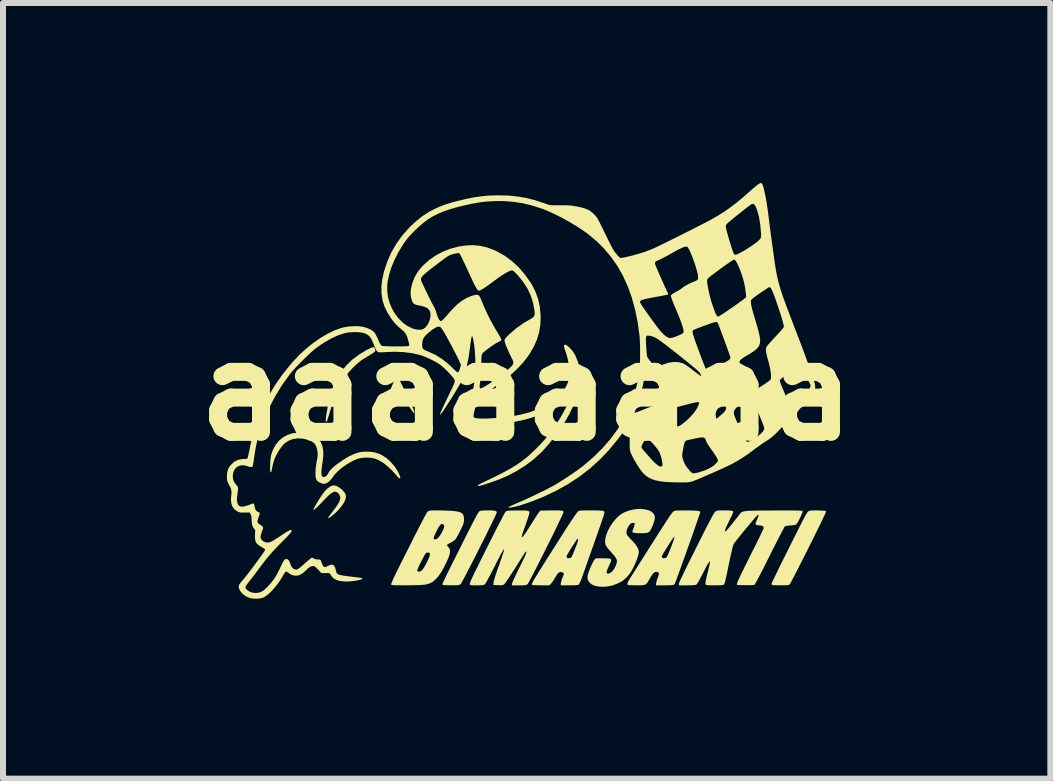
<source format=kicad_pcb>
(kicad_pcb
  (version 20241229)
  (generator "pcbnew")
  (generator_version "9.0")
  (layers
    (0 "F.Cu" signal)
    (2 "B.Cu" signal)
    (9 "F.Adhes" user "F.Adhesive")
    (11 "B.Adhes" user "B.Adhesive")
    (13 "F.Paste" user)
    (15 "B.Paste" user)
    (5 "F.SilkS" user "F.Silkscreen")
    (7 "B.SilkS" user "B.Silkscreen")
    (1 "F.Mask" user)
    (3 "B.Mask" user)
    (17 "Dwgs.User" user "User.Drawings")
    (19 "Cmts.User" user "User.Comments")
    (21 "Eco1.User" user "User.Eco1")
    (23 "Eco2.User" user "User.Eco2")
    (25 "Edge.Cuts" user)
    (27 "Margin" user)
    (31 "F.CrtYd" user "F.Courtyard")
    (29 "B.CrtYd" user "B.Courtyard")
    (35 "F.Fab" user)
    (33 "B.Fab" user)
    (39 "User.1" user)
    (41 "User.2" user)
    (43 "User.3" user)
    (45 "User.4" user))
  (footprint "aaaaaaaa"
    (layer "F.Cu")
    (at 5.729 3.47)
    (property "Reference" "aaaaaaaa" (at 0 0 0) (layer "F.SilkS") (effects (font (size 1.5 1.5) (thickness 0.3))))
    (attr board_only exclude_from_pos_files exclude_from_bom)
    (fp_poly (pts (xy -2.534 -0.72) (xy -2.524 -0.696) (xy -2.524 -0.671) (xy -2.526 -0.666) (xy -2.538 -0.653) (xy -2.562 -0.635) (xy -2.595 -0.613) (xy -2.625 -0.595) (xy -2.698 -0.552) (xy -2.76 -0.511) (xy -2.815 -0.467) (xy -2.87 -0.417) (xy -2.911 -0.376) (xy -2.976 -0.304) (xy -3.033 -0.229) (xy -3.085 -0.149) (xy -3.131 -0.062) (xy -3.175 0.037) (xy -3.217 0.148) (xy -3.24 0.216) (xy -3.258 0.273) (xy -3.276 0.329) (xy -3.291 0.379) (xy -3.304 0.42) (xy -3.313 0.449) (xy -3.314 0.453) (xy -3.325 0.489) (xy -3.334 0.508) (xy -3.343 0.51) (xy -3.35 0.499) (xy -3.35 0.484) (xy -3.348 0.455) (xy -3.343 0.414) (xy -3.335 0.364) (xy -3.325 0.307) (xy -3.314 0.245) (xy -3.304 0.195) (xy -3.266 0.044) (xy -3.218 -0.093) (xy -3.159 -0.218) (xy -3.088 -0.331) (xy -3.004 -0.433) (xy -2.908 -0.525) (xy -2.798 -0.608) (xy -2.675 -0.683) (xy -2.653 -0.694) (xy -2.614 -0.713) (xy -2.582 -0.727) (xy -2.559 -0.734) (xy -2.551 -0.734)) (stroke (width 0) (type solid)) (fill yes) (layer "F.SilkS"))
    (fp_poly (pts (xy -2.096 -0.138) (xy -2.076 -0.097) (xy -2.051 -0.044) (xy -2.023 0.015) (xy -1.993 0.078) (xy -1.963 0.138) (xy -1.957 0.152) (xy -1.926 0.217) (xy -1.902 0.269) (xy -1.885 0.308) (xy -1.875 0.335) (xy -1.871 0.353) (xy -1.872 0.362) (xy -1.879 0.363) (xy -1.88 0.362) (xy -1.89 0.353) (xy -1.908 0.33) (xy -1.935 0.293) (xy -1.969 0.243) (xy -2.011 0.18) (xy -2.059 0.105) (xy -2.081 0.07) (xy -2.15 -0.037) (xy -2.17 -0.012) (xy -2.186 0.013) (xy -2.205 0.053) (xy -2.227 0.104) (xy -2.25 0.165) (xy -2.274 0.232) (xy -2.297 0.304) (xy -2.319 0.378) (xy -2.337 0.443) (xy -2.351 0.497) (xy -2.362 0.536) (xy -2.37 0.561) (xy -2.376 0.574) (xy -2.381 0.578) (xy -2.384 0.573) (xy -2.391 0.544) (xy -2.393 0.509) (xy -2.391 0.466) (xy -2.385 0.412) (xy -2.373 0.346) (xy -2.357 0.266) (xy -2.35 0.239) (xy -2.333 0.166) (xy -2.312 0.093) (xy -2.288 0.022) (xy -2.263 -0.046) (xy -2.238 -0.106) (xy -2.214 -0.158) (xy -2.191 -0.198) (xy -2.171 -0.224) (xy -2.17 -0.225) (xy -2.147 -0.246)) (stroke (width 0) (type solid)) (fill yes) (layer "F.SilkS"))
    (fp_poly (pts (xy -3.179 1.577) (xy -3.14 1.596) (xy -3.1 1.623) (xy -3.064 1.656) (xy -3.036 1.69) (xy -3.022 1.713) (xy -3.013 1.745) (xy -3.014 1.778) (xy -3.026 1.816) (xy -3.044 1.854) (xy -3.074 1.9) (xy -3.114 1.951) (xy -3.159 2.001) (xy -3.206 2.046) (xy -3.236 2.071) (xy -3.269 2.095) (xy -3.291 2.11) (xy -3.303 2.116) (xy -3.309 2.113) (xy -3.309 2.108) (xy -3.304 2.099) (xy -3.29 2.079) (xy -3.269 2.051) (xy -3.243 2.017) (xy -3.235 2.007) (xy -3.184 1.94) (xy -3.147 1.883) (xy -3.121 1.834) (xy -3.109 1.802) (xy -3.107 1.769) (xy -3.118 1.735) (xy -3.137 1.705) (xy -3.164 1.683) (xy -3.193 1.674) (xy -3.195 1.674) (xy -3.222 1.681) (xy -3.256 1.7) (xy -3.297 1.733) (xy -3.346 1.781) (xy -3.403 1.841) (xy -3.454 1.895) (xy -3.495 1.935) (xy -3.526 1.962) (xy -3.547 1.975) (xy -3.558 1.975) (xy -3.555 1.967) (xy -3.545 1.946) (xy -3.528 1.916) (xy -3.507 1.88) (xy -3.483 1.84) (xy -3.457 1.799) (xy -3.432 1.759) (xy -3.409 1.724) (xy -3.404 1.718) (xy -3.363 1.664) (xy -3.32 1.621) (xy -3.276 1.59) (xy -3.236 1.573) (xy -3.212 1.57)) (stroke (width 0) (type solid)) (fill yes) (layer "F.SilkS"))
    (fp_poly (pts (xy -0.594 1.987) (xy -0.553 1.99) (xy -0.524 1.995) (xy -0.507 2.003) (xy -0.5 2.015) (xy -0.499 2.021) (xy -0.503 2.033) (xy -0.514 2.059) (xy -0.531 2.097) (xy -0.555 2.146) (xy -0.583 2.205) (xy -0.616 2.272) (xy -0.652 2.345) (xy -0.69 2.423) (xy -0.731 2.505) (xy -0.773 2.588) (xy -0.816 2.672) (xy -0.858 2.756) (xy -0.899 2.837) (xy -0.939 2.914) (xy -0.976 2.985) (xy -1.009 3.05) (xy -1.039 3.106) (xy -1.064 3.152) (xy -1.084 3.187) (xy -1.097 3.21) (xy -1.102 3.217) (xy -1.113 3.224) (xy -1.124 3.229) (xy -1.141 3.233) (xy -1.165 3.234) (xy -1.2 3.235) (xy -1.249 3.235) (xy -1.257 3.235) (xy -1.303 3.235) (xy -1.344 3.234) (xy -1.375 3.232) (xy -1.395 3.231) (xy -1.398 3.23) (xy -1.404 3.223) (xy -1.401 3.206) (xy -1.397 3.193) (xy -1.391 3.18) (xy -1.378 3.153) (xy -1.359 3.113) (xy -1.334 3.061) (xy -1.303 2.999) (xy -1.268 2.928) (xy -1.229 2.849) (xy -1.186 2.764) (xy -1.141 2.674) (xy -1.097 2.586) (xy -1.042 2.476) (xy -0.994 2.38) (xy -0.952 2.297) (xy -0.916 2.227) (xy -0.886 2.169) (xy -0.861 2.121) (xy -0.841 2.083) (xy -0.824 2.054) (xy -0.811 2.031) (xy -0.8 2.016) (xy -0.792 2.006) (xy -0.786 2) (xy -0.785 1.999) (xy -0.767 1.993) (xy -0.738 1.989) (xy -0.698 1.987) (xy -0.652 1.987)) (stroke (width 0) (type solid)) (fill yes) (layer "F.SilkS"))
    (fp_poly (pts (xy 4.857 1.988) (xy 4.902 1.989) (xy 4.941 1.992) (xy 4.971 1.994) (xy 4.988 1.997) (xy 4.99 1.998) (xy 4.99 2.004) (xy 4.984 2.021) (xy 4.972 2.048) (xy 4.955 2.087) (xy 4.931 2.137) (xy 4.901 2.201) (xy 4.863 2.277) (xy 4.819 2.367) (xy 4.768 2.471) (xy 4.708 2.589) (xy 4.702 2.603) (xy 4.654 2.698) (xy 4.608 2.789) (xy 4.564 2.875) (xy 4.524 2.954) (xy 4.488 3.025) (xy 4.456 3.087) (xy 4.429 3.138) (xy 4.408 3.178) (xy 4.393 3.205) (xy 4.386 3.218) (xy 4.385 3.218) (xy 4.377 3.225) (xy 4.367 3.23) (xy 4.351 3.233) (xy 4.328 3.235) (xy 4.293 3.235) (xy 4.245 3.236) (xy 4.23 3.236) (xy 4.183 3.235) (xy 4.142 3.234) (xy 4.111 3.233) (xy 4.092 3.231) (xy 4.087 3.23) (xy 4.082 3.217) (xy 4.082 3.208) (xy 4.085 3.198) (xy 4.096 3.174) (xy 4.114 3.136) (xy 4.138 3.087) (xy 4.167 3.027) (xy 4.2 2.958) (xy 4.238 2.881) (xy 4.28 2.796) (xy 4.325 2.707) (xy 4.372 2.612) (xy 4.377 2.602) (xy 4.432 2.492) (xy 4.48 2.397) (xy 4.521 2.315) (xy 4.556 2.245) (xy 4.586 2.187) (xy 4.61 2.139) (xy 4.631 2.1) (xy 4.647 2.07) (xy 4.661 2.047) (xy 4.672 2.029) (xy 4.68 2.017) (xy 4.688 2.009) (xy 4.694 2.003) (xy 4.7 2) (xy 4.704 1.998) (xy 4.722 1.993) (xy 4.746 1.989) (xy 4.779 1.987) (xy 4.825 1.987)) (stroke (width 0) (type solid)) (fill yes) (layer "F.SilkS"))
    (fp_poly (pts (xy 1.127 1.987) (xy 1.179 1.988) (xy 1.224 1.99) (xy 1.256 1.992) (xy 1.274 1.995) (xy 1.276 1.995) (xy 1.291 2.003) (xy 1.296 2.015) (xy 1.294 2.036) (xy 1.294 2.037) (xy 1.291 2.048) (xy 1.284 2.071) (xy 1.273 2.105) (xy 1.258 2.15) (xy 1.238 2.208) (xy 1.213 2.278) (xy 1.184 2.362) (xy 1.15 2.459) (xy 1.111 2.57) (xy 1.066 2.696) (xy 1.016 2.838) (xy 0.961 2.994) (xy 0.926 3.092) (xy 0.91 3.135) (xy 0.895 3.172) (xy 0.881 3.201) (xy 0.872 3.218) (xy 0.87 3.22) (xy 0.863 3.226) (xy 0.852 3.23) (xy 0.834 3.233) (xy 0.808 3.235) (xy 0.771 3.235) (xy 0.719 3.236) (xy 0.711 3.236) (xy 0.568 3.236) (xy 0.568 3.206) (xy 0.572 3.184) (xy 0.581 3.152) (xy 0.593 3.118) (xy 0.595 3.114) (xy 0.607 3.083) (xy 0.616 3.056) (xy 0.619 3.04) (xy 0.619 3.038) (xy 0.609 3.026) (xy 0.59 3.017) (xy 0.59 3.017) (xy 0.565 3.014) (xy 0.542 3.019) (xy 0.521 3.036) (xy 0.499 3.066) (xy 0.476 3.104) (xy 0.455 3.14) (xy 0.432 3.173) (xy 0.413 3.199) (xy 0.406 3.207) (xy 0.379 3.236) (xy 0.236 3.236) (xy 0.182 3.235) (xy 0.139 3.234) (xy 0.107 3.232) (xy 0.09 3.229) (xy 0.087 3.227) (xy 0.086 3.223) (xy 0.086 3.215) (xy 0.09 3.205) (xy 0.097 3.19) (xy 0.107 3.169) (xy 0.122 3.143) (xy 0.142 3.109) (xy 0.168 3.067) (xy 0.199 3.016) (xy 0.237 2.955) (xy 0.282 2.883) (xy 0.335 2.799) (xy 0.358 2.763) (xy 0.665 2.763) (xy 0.667 2.772) (xy 0.679 2.781) (xy 0.7 2.785) (xy 0.723 2.781) (xy 0.741 2.772) (xy 0.743 2.769) (xy 0.752 2.755) (xy 0.765 2.728) (xy 0.78 2.692) (xy 0.797 2.65) (xy 0.815 2.606) (xy 0.831 2.564) (xy 0.844 2.528) (xy 0.853 2.5) (xy 0.856 2.486) (xy 0.855 2.467) (xy 0.85 2.458) (xy 0.844 2.464) (xy 0.83 2.483) (xy 0.811 2.51) (xy 0.788 2.545) (xy 0.763 2.583) (xy 0.737 2.623) (xy 0.714 2.662) (xy 0.693 2.696) (xy 0.677 2.724) (xy 0.668 2.742) (xy 0.668 2.743) (xy 0.665 2.763) (xy 0.358 2.763) (xy 0.396 2.703) (xy 0.466 2.593) (xy 0.471 2.585) (xy 0.544 2.47) (xy 0.608 2.369) (xy 0.664 2.282) (xy 0.712 2.208) (xy 0.753 2.147) (xy 0.786 2.097) (xy 0.813 2.058) (xy 0.833 2.031) (xy 0.847 2.013) (xy 0.854 2.006) (xy 0.865 2) (xy 0.876 1.995) (xy 0.889 1.991) (xy 0.909 1.989) (xy 0.937 1.988) (xy 0.975 1.987) (xy 1.027 1.987) (xy 1.068 1.987)) (stroke (width 0) (type solid)) (fill yes) (layer "F.SilkS"))
    (fp_poly (pts (xy 1.968 1.969) (xy 2.026 1.983) (xy 2.075 2.005) (xy 2.111 2.036) (xy 2.12 2.047) (xy 2.133 2.076) (xy 2.137 2.11) (xy 2.13 2.152) (xy 2.114 2.203) (xy 2.097 2.246) (xy 2.076 2.292) (xy 2.059 2.324) (xy 2.043 2.344) (xy 2.023 2.357) (xy 1.997 2.363) (xy 1.961 2.366) (xy 1.938 2.367) (xy 1.873 2.368) (xy 1.821 2.365) (xy 1.784 2.359) (xy 1.767 2.352) (xy 1.762 2.345) (xy 1.763 2.331) (xy 1.772 2.306) (xy 1.778 2.292) (xy 1.789 2.261) (xy 1.797 2.233) (xy 1.8 2.217) (xy 1.798 2.202) (xy 1.787 2.196) (xy 1.77 2.195) (xy 1.746 2.199) (xy 1.725 2.214) (xy 1.717 2.223) (xy 1.689 2.264) (xy 1.67 2.308) (xy 1.662 2.348) (xy 1.661 2.351) (xy 1.663 2.368) (xy 1.668 2.385) (xy 1.679 2.404) (xy 1.698 2.428) (xy 1.726 2.459) (xy 1.763 2.497) (xy 1.809 2.549) (xy 1.843 2.598) (xy 1.863 2.642) (xy 1.869 2.677) (xy 1.865 2.714) (xy 1.852 2.761) (xy 1.833 2.815) (xy 1.809 2.874) (xy 1.781 2.933) (xy 1.751 2.989) (xy 1.722 3.036) (xy 1.666 3.104) (xy 1.6 3.16) (xy 1.521 3.204) (xy 1.43 3.238) (xy 1.406 3.244) (xy 1.335 3.257) (xy 1.262 3.261) (xy 1.193 3.256) (xy 1.136 3.244) (xy 1.084 3.221) (xy 1.045 3.189) (xy 1.021 3.15) (xy 1.013 3.104) (xy 1.015 3.08) (xy 1.022 3.05) (xy 1.034 3.012) (xy 1.05 2.969) (xy 1.069 2.924) (xy 1.089 2.881) (xy 1.108 2.843) (xy 1.126 2.813) (xy 1.14 2.794) (xy 1.145 2.79) (xy 1.162 2.787) (xy 1.191 2.785) (xy 1.228 2.785) (xy 1.27 2.785) (xy 1.311 2.786) (xy 1.348 2.788) (xy 1.377 2.79) (xy 1.392 2.793) (xy 1.393 2.794) (xy 1.403 2.801) (xy 1.408 2.812) (xy 1.406 2.828) (xy 1.398 2.853) (xy 1.382 2.888) (xy 1.371 2.913) (xy 1.348 2.964) (xy 1.335 3.002) (xy 1.333 3.027) (xy 1.341 3.04) (xy 1.359 3.042) (xy 1.386 3.033) (xy 1.418 3.012) (xy 1.448 2.977) (xy 1.474 2.931) (xy 1.487 2.901) (xy 1.499 2.868) (xy 1.504 2.841) (xy 1.503 2.816) (xy 1.494 2.791) (xy 1.476 2.763) (xy 1.448 2.729) (xy 1.41 2.686) (xy 1.399 2.674) (xy 1.365 2.636) (xy 1.338 2.602) (xy 1.32 2.575) (xy 1.314 2.563) (xy 1.306 2.514) (xy 1.311 2.457) (xy 1.327 2.394) (xy 1.352 2.329) (xy 1.386 2.264) (xy 1.427 2.2) (xy 1.473 2.142) (xy 1.523 2.09) (xy 1.577 2.048) (xy 1.618 2.024) (xy 1.687 1.996) (xy 1.76 1.976) (xy 1.832 1.965) (xy 1.902 1.963)) (stroke (width 0) (type solid)) (fill yes) (layer "F.SilkS"))
    (fp_poly (pts (xy 2.651 1.988) (xy 2.679 1.988) (xy 2.746 1.989) (xy 2.798 1.991) (xy 2.837 1.993) (xy 2.863 1.996) (xy 2.88 2.001) (xy 2.889 2.008) (xy 2.891 2.017) (xy 2.889 2.029) (xy 2.888 2.034) (xy 2.881 2.055) (xy 2.869 2.089) (xy 2.853 2.136) (xy 2.834 2.193) (xy 2.81 2.26) (xy 2.785 2.333) (xy 2.757 2.413) (xy 2.727 2.496) (xy 2.697 2.581) (xy 2.666 2.667) (xy 2.636 2.753) (xy 2.606 2.835) (xy 2.578 2.913) (xy 2.552 2.986) (xy 2.529 3.05) (xy 2.508 3.106) (xy 2.492 3.15) (xy 2.48 3.182) (xy 2.473 3.2) (xy 2.472 3.202) (xy 2.459 3.221) (xy 2.446 3.23) (xy 2.433 3.232) (xy 2.406 3.234) (xy 2.368 3.235) (xy 2.322 3.236) (xy 2.294 3.236) (xy 2.156 3.236) (xy 2.156 3.21) (xy 2.159 3.19) (xy 2.167 3.16) (xy 2.179 3.125) (xy 2.183 3.115) (xy 2.197 3.075) (xy 2.204 3.047) (xy 2.202 3.029) (xy 2.191 3.019) (xy 2.178 3.014) (xy 2.154 3.011) (xy 2.133 3.017) (xy 2.112 3.034) (xy 2.089 3.063) (xy 2.062 3.106) (xy 2.057 3.115) (xy 2.032 3.158) (xy 2.013 3.189) (xy 1.995 3.21) (xy 1.977 3.224) (xy 1.953 3.232) (xy 1.922 3.235) (xy 1.879 3.236) (xy 1.83 3.236) (xy 1.783 3.235) (xy 1.741 3.234) (xy 1.709 3.233) (xy 1.689 3.231) (xy 1.684 3.23) (xy 1.679 3.212) (xy 1.686 3.183) (xy 1.706 3.144) (xy 1.711 3.137) (xy 1.721 3.121) (xy 1.74 3.092) (xy 1.766 3.051) (xy 1.799 2.999) (xy 1.837 2.938) (xy 1.881 2.868) (xy 1.93 2.792) (xy 1.95 2.76) (xy 2.252 2.76) (xy 2.253 2.768) (xy 2.254 2.771) (xy 2.266 2.781) (xy 2.287 2.785) (xy 2.311 2.781) (xy 2.33 2.771) (xy 2.332 2.769) (xy 2.34 2.756) (xy 2.352 2.731) (xy 2.367 2.696) (xy 2.384 2.655) (xy 2.402 2.61) (xy 2.419 2.565) (xy 2.435 2.522) (xy 2.448 2.485) (xy 2.458 2.456) (xy 2.462 2.438) (xy 2.462 2.435) (xy 2.458 2.432) (xy 2.453 2.434) (xy 2.444 2.443) (xy 2.432 2.46) (xy 2.414 2.486) (xy 2.389 2.524) (xy 2.357 2.575) (xy 2.352 2.583) (xy 2.318 2.637) (xy 2.292 2.679) (xy 2.273 2.71) (xy 2.261 2.733) (xy 2.255 2.749) (xy 2.252 2.76) (xy 1.95 2.76) (xy 1.982 2.71) (xy 2.036 2.624) (xy 2.082 2.552) (xy 2.148 2.448) (xy 2.205 2.358) (xy 2.255 2.281) (xy 2.297 2.215) (xy 2.332 2.161) (xy 2.362 2.116) (xy 2.386 2.08) (xy 2.406 2.053) (xy 2.421 2.032) (xy 2.434 2.017) (xy 2.443 2.008) (xy 2.45 2.002) (xy 2.451 2.002) (xy 2.462 1.997) (xy 2.475 1.993) (xy 2.492 1.99) (xy 2.516 1.989) (xy 2.548 1.988) (xy 2.593 1.988)) (stroke (width 0) (type solid)) (fill yes) (layer "F.SilkS"))
    (fp_poly (pts (xy -3.726 0.695) (xy -3.656 0.708) (xy -3.589 0.729) (xy -3.531 0.756) (xy -3.483 0.787) (xy -3.462 0.807) (xy -3.428 0.857) (xy -3.404 0.92) (xy -3.391 0.994) (xy -3.39 1.078) (xy -3.4 1.169) (xy -3.404 1.193) (xy -3.414 1.255) (xy -3.42 1.311) (xy -3.422 1.359) (xy -3.419 1.395) (xy -3.413 1.415) (xy -3.397 1.429) (xy -3.375 1.431) (xy -3.351 1.421) (xy -3.328 1.401) (xy -3.311 1.375) (xy -3.293 1.343) (xy -3.269 1.311) (xy -3.237 1.279) (xy -3.195 1.243) (xy -3.159 1.215) (xy -3.055 1.142) (xy -2.958 1.084) (xy -2.867 1.043) (xy -2.86 1.041) (xy -2.82 1.027) (xy -2.785 1.018) (xy -2.748 1.012) (xy -2.702 1.009) (xy -2.689 1.008) (xy -2.6 1.01) (xy -2.519 1.024) (xy -2.443 1.051) (xy -2.4 1.073) (xy -2.332 1.119) (xy -2.267 1.179) (xy -2.207 1.248) (xy -2.156 1.324) (xy -2.125 1.387) (xy -2.112 1.417) (xy -2.107 1.437) (xy -2.109 1.448) (xy -2.112 1.451) (xy -2.12 1.454) (xy -2.132 1.447) (xy -2.15 1.427) (xy -2.154 1.423) (xy -2.19 1.381) (xy -2.232 1.336) (xy -2.278 1.291) (xy -2.324 1.249) (xy -2.367 1.213) (xy -2.403 1.187) (xy -2.412 1.182) (xy -2.47 1.149) (xy -2.522 1.128) (xy -2.573 1.114) (xy -2.628 1.108) (xy -2.663 1.107) (xy -2.726 1.109) (xy -2.783 1.118) (xy -2.84 1.135) (xy -2.899 1.162) (xy -2.964 1.198) (xy -3.01 1.228) (xy -3.09 1.284) (xy -3.154 1.34) (xy -3.204 1.394) (xy -3.215 1.41) (xy -3.257 1.466) (xy -3.295 1.506) (xy -3.331 1.531) (xy -3.366 1.543) (xy -3.402 1.542) (xy -3.441 1.528) (xy -3.448 1.525) (xy -3.479 1.506) (xy -3.5 1.484) (xy -3.513 1.454) (xy -3.52 1.415) (xy -3.521 1.362) (xy -3.521 1.358) (xy -3.516 1.275) (xy -3.504 1.191) (xy -3.502 1.182) (xy -3.49 1.12) (xy -3.484 1.069) (xy -3.485 1.024) (xy -3.491 0.981) (xy -3.496 0.959) (xy -3.513 0.91) (xy -3.536 0.874) (xy -3.568 0.848) (xy -3.58 0.84) (xy -3.661 0.807) (xy -3.742 0.79) (xy -3.821 0.787) (xy -3.898 0.799) (xy -3.968 0.826) (xy -4.031 0.868) (xy -4.038 0.873) (xy -4.067 0.903) (xy -4.1 0.946) (xy -4.133 0.995) (xy -4.164 1.048) (xy -4.19 1.099) (xy -4.203 1.128) (xy -4.216 1.169) (xy -4.23 1.218) (xy -4.24 1.265) (xy -4.241 1.27) (xy -4.249 1.311) (xy -4.254 1.337) (xy -4.26 1.35) (xy -4.265 1.353) (xy -4.27 1.35) (xy -4.274 1.337) (xy -4.276 1.311) (xy -4.277 1.275) (xy -4.276 1.232) (xy -4.274 1.187) (xy -4.271 1.143) (xy -4.267 1.104) (xy -4.262 1.074) (xy -4.261 1.067) (xy -4.229 0.976) (xy -4.185 0.896) (xy -4.13 0.827) (xy -4.065 0.772) (xy -3.99 0.73) (xy -3.907 0.703) (xy -3.817 0.691) (xy -3.795 0.691)) (stroke (width 0) (type solid)) (fill yes) (layer "F.SilkS"))
    (fp_poly (pts (xy -1.417 1.988) (xy -1.397 1.989) (xy -1.309 1.992) (xy -1.236 1.996) (xy -1.178 2.002) (xy -1.133 2.011) (xy -1.099 2.023) (xy -1.075 2.039) (xy -1.059 2.06) (xy -1.05 2.085) (xy -1.046 2.117) (xy -1.045 2.136) (xy -1.046 2.16) (xy -1.048 2.181) (xy -1.053 2.202) (xy -1.061 2.226) (xy -1.075 2.257) (xy -1.095 2.299) (xy -1.105 2.32) (xy -1.127 2.364) (xy -1.148 2.405) (xy -1.168 2.439) (xy -1.182 2.463) (xy -1.187 2.469) (xy -1.207 2.487) (xy -1.236 2.508) (xy -1.267 2.525) (xy -1.296 2.54) (xy -1.317 2.553) (xy -1.328 2.561) (xy -1.329 2.562) (xy -1.326 2.572) (xy -1.315 2.589) (xy -1.311 2.593) (xy -1.291 2.617) (xy -1.28 2.643) (xy -1.277 2.673) (xy -1.282 2.709) (xy -1.296 2.754) (xy -1.319 2.811) (xy -1.327 2.83) (xy -1.373 2.925) (xy -1.42 3.008) (xy -1.468 3.079) (xy -1.516 3.134) (xy -1.562 3.174) (xy -1.582 3.187) (xy -1.608 3.2) (xy -1.634 3.21) (xy -1.664 3.218) (xy -1.698 3.225) (xy -1.739 3.229) (xy -1.79 3.232) (xy -1.852 3.234) (xy -1.927 3.235) (xy -2.002 3.236) (xy -2.076 3.236) (xy -2.135 3.235) (xy -2.179 3.235) (xy -2.212 3.234) (xy -2.235 3.232) (xy -2.249 3.23) (xy -2.257 3.227) (xy -2.26 3.223) (xy -2.26 3.222) (xy -2.258 3.213) (xy -2.254 3.199) (xy -2.246 3.18) (xy -2.235 3.153) (xy -2.219 3.119) (xy -2.199 3.075) (xy -2.173 3.022) (xy -2.156 2.987) (xy -1.823 2.987) (xy -1.821 2.997) (xy -1.817 3.002) (xy -1.794 3.01) (xy -1.77 3.002) (xy -1.746 2.985) (xy -1.729 2.965) (xy -1.709 2.935) (xy -1.687 2.897) (xy -1.665 2.855) (xy -1.645 2.813) (xy -1.628 2.774) (xy -1.617 2.741) (xy -1.612 2.717) (xy -1.613 2.712) (xy -1.619 2.696) (xy -1.63 2.69) (xy -1.651 2.691) (xy -1.663 2.692) (xy -1.674 2.696) (xy -1.683 2.704) (xy -1.694 2.719) (xy -1.708 2.744) (xy -1.728 2.78) (xy -1.741 2.806) (xy -1.772 2.866) (xy -1.794 2.912) (xy -1.81 2.946) (xy -1.819 2.971) (xy -1.823 2.987) (xy -2.156 2.987) (xy -2.142 2.959) (xy -2.105 2.884) (xy -2.061 2.797) (xy -2.01 2.696) (xy -1.952 2.582) (xy -1.929 2.536) (xy -1.885 2.448) (xy -1.551 2.448) (xy -1.551 2.46) (xy -1.547 2.465) (xy -1.525 2.472) (xy -1.501 2.464) (xy -1.473 2.442) (xy -1.469 2.438) (xy -1.449 2.412) (xy -1.427 2.377) (xy -1.406 2.339) (xy -1.389 2.302) (xy -1.378 2.271) (xy -1.375 2.253) (xy -1.382 2.229) (xy -1.4 2.215) (xy -1.422 2.215) (xy -1.439 2.228) (xy -1.461 2.256) (xy -1.487 2.301) (xy -1.517 2.362) (xy -1.531 2.394) (xy -1.545 2.427) (xy -1.551 2.448) (xy -1.885 2.448) (xy -1.877 2.432) (xy -1.832 2.343) (xy -1.793 2.267) (xy -1.76 2.204) (xy -1.733 2.151) (xy -1.711 2.108) (xy -1.692 2.075) (xy -1.678 2.049) (xy -1.666 2.03) (xy -1.656 2.016) (xy -1.649 2.007) (xy -1.642 2.001) (xy -1.636 1.997) (xy -1.63 1.995) (xy -1.629 1.995) (xy -1.611 1.991) (xy -1.582 1.988) (xy -1.541 1.987) (xy -1.487 1.987)) (stroke (width 0) (type solid)) (fill yes) (layer "F.SilkS"))
    (fp_poly (pts (xy 0.512 1.987) (xy 0.551 1.989) (xy 0.579 1.991) (xy 0.598 1.996) (xy 0.609 2.002) (xy 0.615 2.01) (xy 0.616 2.011) (xy 0.613 2.021) (xy 0.603 2.045) (xy 0.587 2.081) (xy 0.564 2.129) (xy 0.537 2.186) (xy 0.506 2.252) (xy 0.471 2.324) (xy 0.433 2.401) (xy 0.393 2.482) (xy 0.351 2.565) (xy 0.309 2.65) (xy 0.267 2.733) (xy 0.226 2.814) (xy 0.187 2.892) (xy 0.149 2.965) (xy 0.115 3.032) (xy 0.085 3.09) (xy 0.058 3.139) (xy 0.038 3.178) (xy 0.023 3.204) (xy 0.014 3.216) (xy 0.014 3.216) (xy 0.005 3.224) (xy -0.006 3.229) (xy -0.022 3.233) (xy -0.045 3.235) (xy -0.079 3.236) (xy -0.127 3.236) (xy -0.247 3.236) (xy -0.247 3.215) (xy -0.243 3.202) (xy -0.233 3.176) (xy -0.216 3.138) (xy -0.194 3.091) (xy -0.169 3.037) (xy -0.14 2.978) (xy -0.126 2.95) (xy -0.089 2.874) (xy -0.059 2.813) (xy -0.036 2.765) (xy -0.02 2.728) (xy -0.01 2.702) (xy -0.005 2.684) (xy -0.006 2.675) (xy -0.011 2.672) (xy -0.011 2.672) (xy -0.018 2.679) (xy -0.032 2.697) (xy -0.049 2.722) (xy -0.049 2.722) (xy -0.111 2.82) (xy -0.167 2.909) (xy -0.218 2.989) (xy -0.263 3.057) (xy -0.301 3.115) (xy -0.331 3.16) (xy -0.354 3.192) (xy -0.368 3.21) (xy -0.37 3.212) (xy -0.383 3.224) (xy -0.396 3.231) (xy -0.412 3.234) (xy -0.436 3.235) (xy -0.474 3.234) (xy -0.475 3.234) (xy -0.555 3.231) (xy -0.553 3.192) (xy -0.55 3.172) (xy -0.54 3.137) (xy -0.526 3.089) (xy -0.506 3.029) (xy -0.482 2.958) (xy -0.46 2.898) (xy -0.432 2.816) (xy -0.409 2.75) (xy -0.392 2.698) (xy -0.381 2.662) (xy -0.376 2.64) (xy -0.378 2.634) (xy -0.387 2.643) (xy -0.402 2.668) (xy -0.425 2.707) (xy -0.454 2.763) (xy -0.491 2.833) (xy -0.534 2.92) (xy -0.543 2.936) (xy -0.575 2.999) (xy -0.605 3.058) (xy -0.633 3.11) (xy -0.657 3.154) (xy -0.677 3.188) (xy -0.69 3.21) (xy -0.695 3.216) (xy -0.705 3.224) (xy -0.717 3.23) (xy -0.733 3.233) (xy -0.758 3.235) (xy -0.794 3.236) (xy -0.829 3.236) (xy -0.875 3.236) (xy -0.907 3.235) (xy -0.927 3.233) (xy -0.94 3.229) (xy -0.947 3.223) (xy -0.95 3.219) (xy -0.95 3.213) (xy -0.948 3.204) (xy -0.943 3.189) (xy -0.935 3.167) (xy -0.922 3.138) (xy -0.905 3.101) (xy -0.883 3.055) (xy -0.856 2.998) (xy -0.822 2.931) (xy -0.783 2.85) (xy -0.736 2.757) (xy -0.683 2.65) (xy -0.665 2.614) (xy -0.617 2.519) (xy -0.572 2.429) (xy -0.529 2.344) (xy -0.489 2.266) (xy -0.453 2.196) (xy -0.421 2.135) (xy -0.395 2.084) (xy -0.374 2.046) (xy -0.359 2.02) (xy -0.352 2.008) (xy -0.351 2.008) (xy -0.343 2.002) (xy -0.333 1.998) (xy -0.318 1.994) (xy -0.295 1.992) (xy -0.262 1.99) (xy -0.217 1.989) (xy -0.166 1.988) (xy -0.098 1.988) (xy -0.046 1.988) (xy -0.007 1.99) (xy 0.02 1.995) (xy 0.036 2.001) (xy 0.045 2.01) (xy 0.048 2.021) (xy 0.048 2.021) (xy 0.045 2.034) (xy 0.037 2.061) (xy 0.025 2.099) (xy 0.01 2.145) (xy -0.008 2.198) (xy -0.017 2.223) (xy -0.036 2.277) (xy -0.053 2.326) (xy -0.067 2.368) (xy -0.077 2.4) (xy -0.082 2.42) (xy -0.082 2.424) (xy -0.08 2.433) (xy -0.071 2.43) (xy -0.056 2.414) (xy -0.034 2.385) (xy -0.004 2.342) (xy 0.032 2.286) (xy 0.072 2.223) (xy 0.104 2.172) (xy 0.134 2.124) (xy 0.161 2.082) (xy 0.183 2.049) (xy 0.199 2.026) (xy 0.204 2.019) (xy 0.228 1.991) (xy 0.392 1.988) (xy 0.459 1.987)) (stroke (width 0) (type solid)) (fill yes) (layer "F.SilkS"))
    (fp_poly (pts (xy 3.315 1.987) (xy 3.357 1.988) (xy 3.391 1.99) (xy 3.408 1.992) (xy 3.424 1.994) (xy 3.435 1.997) (xy 3.441 2.002) (xy 3.442 2.013) (xy 3.438 2.029) (xy 3.427 2.055) (xy 3.41 2.092) (xy 3.385 2.141) (xy 3.374 2.164) (xy 3.343 2.229) (xy 3.321 2.278) (xy 3.307 2.313) (xy 3.302 2.333) (xy 3.306 2.339) (xy 3.32 2.331) (xy 3.342 2.309) (xy 3.373 2.273) (xy 3.411 2.227) (xy 3.445 2.185) (xy 3.477 2.144) (xy 3.507 2.107) (xy 3.529 2.078) (xy 3.535 2.071) (xy 3.547 2.054) (xy 3.558 2.04) (xy 3.568 2.028) (xy 3.581 2.018) (xy 3.596 2.011) (xy 3.615 2.005) (xy 3.641 2) (xy 3.674 1.996) (xy 3.715 1.994) (xy 3.768 1.992) (xy 3.832 1.991) (xy 3.909 1.99) (xy 4.002 1.99) (xy 4.068 1.989) (xy 4.155 1.988) (xy 4.239 1.988) (xy 4.317 1.988) (xy 4.387 1.988) (xy 4.447 1.988) (xy 4.496 1.989) (xy 4.532 1.989) (xy 4.553 1.99) (xy 4.555 1.991) (xy 4.6 1.996) (xy 4.594 2.024) (xy 4.586 2.046) (xy 4.573 2.077) (xy 4.556 2.113) (xy 4.537 2.15) (xy 4.519 2.183) (xy 4.503 2.208) (xy 4.493 2.221) (xy 4.475 2.229) (xy 4.441 2.235) (xy 4.398 2.238) (xy 4.353 2.242) (xy 4.32 2.248) (xy 4.303 2.255) (xy 4.296 2.265) (xy 4.283 2.289) (xy 4.263 2.326) (xy 4.238 2.374) (xy 4.208 2.432) (xy 4.173 2.499) (xy 4.136 2.573) (xy 4.095 2.653) (xy 4.053 2.738) (xy 4.05 2.743) (xy 3.998 2.846) (xy 3.952 2.939) (xy 3.91 3.019) (xy 3.875 3.088) (xy 3.845 3.144) (xy 3.822 3.185) (xy 3.806 3.213) (xy 3.797 3.226) (xy 3.796 3.227) (xy 3.779 3.231) (xy 3.747 3.233) (xy 3.702 3.234) (xy 3.644 3.234) (xy 3.641 3.234) (xy 3.505 3.231) (xy 3.507 3.201) (xy 3.512 3.187) (xy 3.524 3.158) (xy 3.543 3.116) (xy 3.569 3.06) (xy 3.602 2.993) (xy 3.64 2.915) (xy 3.684 2.827) (xy 3.73 2.734) (xy 3.771 2.653) (xy 3.81 2.576) (xy 3.845 2.504) (xy 3.877 2.44) (xy 3.903 2.384) (xy 3.925 2.338) (xy 3.941 2.304) (xy 3.95 2.283) (xy 3.951 2.276) (xy 3.944 2.255) (xy 3.921 2.243) (xy 3.883 2.238) (xy 3.882 2.238) (xy 3.85 2.235) (xy 3.826 2.227) (xy 3.813 2.215) (xy 3.813 2.211) (xy 3.816 2.199) (xy 3.825 2.176) (xy 3.837 2.147) (xy 3.839 2.143) (xy 3.855 2.102) (xy 3.864 2.075) (xy 3.863 2.062) (xy 3.855 2.063) (xy 3.848 2.066) (xy 3.837 2.077) (xy 3.817 2.099) (xy 3.789 2.131) (xy 3.755 2.17) (xy 3.717 2.216) (xy 3.676 2.265) (xy 3.634 2.315) (xy 3.593 2.366) (xy 3.554 2.414) (xy 3.518 2.458) (xy 3.488 2.496) (xy 3.465 2.526) (xy 3.451 2.546) (xy 3.448 2.552) (xy 3.442 2.568) (xy 3.433 2.599) (xy 3.423 2.642) (xy 3.41 2.696) (xy 3.396 2.758) (xy 3.382 2.826) (xy 3.369 2.886) (xy 3.352 2.97) (xy 3.338 3.039) (xy 3.326 3.094) (xy 3.316 3.137) (xy 3.308 3.17) (xy 3.301 3.193) (xy 3.295 3.209) (xy 3.289 3.22) (xy 3.283 3.227) (xy 3.28 3.229) (xy 3.268 3.231) (xy 3.243 3.233) (xy 3.206 3.235) (xy 3.161 3.235) (xy 3.13 3.236) (xy 3.077 3.236) (xy 3.039 3.235) (xy 3.013 3.234) (xy 2.997 3.231) (xy 2.987 3.227) (xy 2.982 3.222) (xy 2.98 3.219) (xy 2.978 3.208) (xy 2.979 3.19) (xy 2.984 3.161) (xy 2.993 3.12) (xy 3.006 3.065) (xy 3.009 3.052) (xy 3.028 2.976) (xy 3.042 2.916) (xy 3.051 2.873) (xy 3.054 2.846) (xy 3.052 2.836) (xy 3.043 2.841) (xy 3.029 2.863) (xy 3.007 2.9) (xy 2.979 2.952) (xy 2.946 3.018) (xy 2.918 3.072) (xy 2.892 3.121) (xy 2.869 3.163) (xy 2.85 3.195) (xy 2.836 3.216) (xy 2.83 3.222) (xy 2.819 3.228) (xy 2.802 3.231) (xy 2.776 3.234) (xy 2.738 3.235) (xy 2.686 3.236) (xy 2.674 3.236) (xy 2.537 3.236) (xy 2.537 3.209) (xy 2.541 3.195) (xy 2.553 3.166) (xy 2.573 3.122) (xy 2.601 3.064) (xy 2.636 2.989) (xy 2.68 2.9) (xy 2.732 2.796) (xy 2.792 2.676) (xy 2.828 2.604) (xy 2.884 2.492) (xy 2.933 2.394) (xy 2.976 2.31) (xy 3.012 2.239) (xy 3.043 2.179) (xy 3.069 2.13) (xy 3.09 2.091) (xy 3.108 2.06) (xy 3.121 2.037) (xy 3.132 2.021) (xy 3.14 2.011) (xy 3.146 2.006) (xy 3.16 1.997) (xy 3.175 1.992) (xy 3.195 1.988) (xy 3.225 1.987) (xy 3.268 1.987) (xy 3.27 1.987)) (stroke (width 0) (type solid)) (fill yes) (layer "F.SilkS"))
    (fp_poly (pts (xy 3.915 -3.466) (xy 3.926 -3.454) (xy 3.936 -3.431) (xy 3.947 -3.395) (xy 3.959 -3.346) (xy 3.967 -3.309) (xy 3.978 -3.259) (xy 3.987 -3.21) (xy 3.996 -3.16) (xy 4.005 -3.105) (xy 4.014 -3.043) (xy 4.024 -2.97) (xy 4.035 -2.883) (xy 4.038 -2.854) (xy 4.044 -2.809) (xy 4.052 -2.75) (xy 4.061 -2.681) (xy 4.071 -2.605) (xy 4.081 -2.527) (xy 4.092 -2.449) (xy 4.095 -2.425) (xy 4.111 -2.309) (xy 4.125 -2.207) (xy 4.138 -2.117) (xy 4.151 -2.037) (xy 4.164 -1.964) (xy 4.178 -1.897) (xy 4.193 -1.832) (xy 4.21 -1.768) (xy 4.229 -1.703) (xy 4.251 -1.634) (xy 4.277 -1.559) (xy 4.308 -1.475) (xy 4.342 -1.382) (xy 4.383 -1.276) (xy 4.411 -1.201) (xy 4.44 -1.125) (xy 4.471 -1.044) (xy 4.502 -0.963) (xy 4.532 -0.886) (xy 4.559 -0.815) (xy 4.581 -0.756) (xy 4.587 -0.742) (xy 4.61 -0.68) (xy 4.637 -0.607) (xy 4.666 -0.527) (xy 4.695 -0.447) (xy 4.722 -0.37) (xy 4.734 -0.334) (xy 4.757 -0.265) (xy 4.776 -0.211) (xy 4.789 -0.169) (xy 4.799 -0.136) (xy 4.805 -0.111) (xy 4.808 -0.091) (xy 4.809 -0.075) (xy 4.808 -0.063) (xy 4.807 -0.048) (xy 4.805 -0.036) (xy 4.801 -0.023) (xy 4.795 -0.009) (xy 4.784 0.008) (xy 4.768 0.03) (xy 4.746 0.059) (xy 4.716 0.097) (xy 4.678 0.145) (xy 4.636 0.197) (xy 4.589 0.253) (xy 4.545 0.304) (xy 4.506 0.346) (xy 4.473 0.378) (xy 4.459 0.39) (xy 4.434 0.412) (xy 4.401 0.444) (xy 4.363 0.483) (xy 4.322 0.526) (xy 4.283 0.568) (xy 4.226 0.631) (xy 4.177 0.682) (xy 4.134 0.724) (xy 4.094 0.76) (xy 4.054 0.791) (xy 4.012 0.82) (xy 3.983 0.838) (xy 3.949 0.86) (xy 3.906 0.89) (xy 3.858 0.924) (xy 3.809 0.959) (xy 3.781 0.98) (xy 3.689 1.048) (xy 3.603 1.106) (xy 3.519 1.158) (xy 3.432 1.207) (xy 3.43 1.209) (xy 3.399 1.225) (xy 3.356 1.245) (xy 3.303 1.27) (xy 3.243 1.298) (xy 3.178 1.327) (xy 3.11 1.357) (xy 3.041 1.387) (xy 2.975 1.416) (xy 2.913 1.443) (xy 2.857 1.466) (xy 2.81 1.485) (xy 2.775 1.499) (xy 2.753 1.507) (xy 2.731 1.512) (xy 2.707 1.516) (xy 2.678 1.519) (xy 2.641 1.521) (xy 2.593 1.521) (xy 2.531 1.521) (xy 2.52 1.521) (xy 2.406 1.518) (xy 2.307 1.512) (xy 2.221 1.502) (xy 2.148 1.487) (xy 2.085 1.466) (xy 2.03 1.439) (xy 1.983 1.406) (xy 1.94 1.366) (xy 1.901 1.317) (xy 1.888 1.298) (xy 1.848 1.237) (xy 1.812 1.177) (xy 1.779 1.12) (xy 1.753 1.068) (xy 1.734 1.026) (xy 1.726 1.002) (xy 1.721 0.979) (xy 1.718 0.954) (xy 1.716 0.925) (xy 1.913 0.925) (xy 1.914 0.933) (xy 1.916 0.942) (xy 1.923 0.954) (xy 1.935 0.97) (xy 1.952 0.991) (xy 1.978 1.021) (xy 2.012 1.06) (xy 2.057 1.11) (xy 2.059 1.113) (xy 2.11 1.169) (xy 2.153 1.21) (xy 2.189 1.239) (xy 2.217 1.254) (xy 2.24 1.257) (xy 2.257 1.248) (xy 2.26 1.245) (xy 2.263 1.23) (xy 2.262 1.203) (xy 2.256 1.167) (xy 2.248 1.126) (xy 2.237 1.084) (xy 2.23 1.064) (xy 2.592 1.064) (xy 2.593 1.085) (xy 2.597 1.106) (xy 2.601 1.126) (xy 2.622 1.187) (xy 2.655 1.247) (xy 2.702 1.309) (xy 2.713 1.321) (xy 2.734 1.345) (xy 2.751 1.36) (xy 2.77 1.368) (xy 2.792 1.369) (xy 2.823 1.364) (xy 2.865 1.354) (xy 2.884 1.348) (xy 2.979 1.317) (xy 3.058 1.28) (xy 3.121 1.238) (xy 3.142 1.218) (xy 3.164 1.194) (xy 3.181 1.172) (xy 3.188 1.157) (xy 3.188 1.156) (xy 3.183 1.137) (xy 3.167 1.105) (xy 3.141 1.063) (xy 3.106 1.012) (xy 3.067 0.957) (xy 3.041 0.92) (xy 3.017 0.883) (xy 2.999 0.85) (xy 2.991 0.831) (xy 2.981 0.805) (xy 2.971 0.787) (xy 2.958 0.776) (xy 2.939 0.77) (xy 2.911 0.771) (xy 2.873 0.776) (xy 2.82 0.786) (xy 2.806 0.789) (xy 2.76 0.799) (xy 2.718 0.808) (xy 2.685 0.816) (xy 2.663 0.822) (xy 2.658 0.824) (xy 2.647 0.832) (xy 2.639 0.842) (xy 2.631 0.859) (xy 2.624 0.885) (xy 2.615 0.922) (xy 2.607 0.965) (xy 2.599 1.009) (xy 2.594 1.041) (xy 2.592 1.064) (xy 2.23 1.064) (xy 2.224 1.046) (xy 2.214 1.021) (xy 2.198 0.993) (xy 2.175 0.96) (xy 2.147 0.924) (xy 2.116 0.888) (xy 2.084 0.853) (xy 2.054 0.823) (xy 2.027 0.8) (xy 2.007 0.786) (xy 1.996 0.783) (xy 1.986 0.793) (xy 1.971 0.813) (xy 1.953 0.841) (xy 1.936 0.87) (xy 1.922 0.898) (xy 1.914 0.918) (xy 1.913 0.925) (xy 1.716 0.925) (xy 1.716 0.924) (xy 1.716 0.885) (xy 1.717 0.834) (xy 1.718 0.796) (xy 1.721 0.74) (xy 1.722 0.699) (xy 1.721 0.671) (xy 1.719 0.653) (xy 1.713 0.644) (xy 1.705 0.64) (xy 1.693 0.641) (xy 1.683 0.642) (xy 1.664 0.646) (xy 1.645 0.657) (xy 1.623 0.675) (xy 1.597 0.702) (xy 1.565 0.741) (xy 1.526 0.792) (xy 1.518 0.802) (xy 1.376 0.976) (xy 1.222 1.138) (xy 1.056 1.288) (xy 0.877 1.426) (xy 0.686 1.551) (xy 0.482 1.664) (xy 0.267 1.766) (xy 0.084 1.838) (xy 0.012 1.864) (xy -0.056 1.886) (xy -0.12 1.906) (xy -0.178 1.921) (xy -0.227 1.933) (xy -0.266 1.94) (xy -0.293 1.942) (xy -0.307 1.939) (xy -0.308 1.936) (xy -0.3 1.931) (xy -0.279 1.92) (xy -0.246 1.904) (xy -0.204 1.885) (xy -0.154 1.863) (xy -0.119 1.848) (xy -0.023 1.806) (xy 0.077 1.76) (xy 0.177 1.712) (xy 0.274 1.665) (xy 0.363 1.62) (xy 0.441 1.578) (xy 0.477 1.558) (xy 0.535 1.523) (xy 0.601 1.481) (xy 0.672 1.435) (xy 0.745 1.387) (xy 0.815 1.338) (xy 0.878 1.293) (xy 0.932 1.252) (xy 0.95 1.238) (xy 1.116 1.096) (xy 1.265 0.948) (xy 1.399 0.794) (xy 1.516 0.634) (xy 1.618 0.467) (xy 1.671 0.36) (xy 1.791 0.36) (xy 1.799 0.36) (xy 1.82 0.355) (xy 1.851 0.344) (xy 1.891 0.329) (xy 1.936 0.311) (xy 1.938 0.31) (xy 2.403 0.31) (xy 2.404 0.322) (xy 2.41 0.346) (xy 2.42 0.38) (xy 2.432 0.42) (xy 2.445 0.461) (xy 2.458 0.502) (xy 2.471 0.537) (xy 2.482 0.564) (xy 2.487 0.575) (xy 2.5 0.588) (xy 2.521 0.588) (xy 2.55 0.576) (xy 2.589 0.551) (xy 2.605 0.539) (xy 2.667 0.488) (xy 2.699 0.457) (xy 2.932 0.457) (xy 2.935 0.473) (xy 2.937 0.478) (xy 2.949 0.517) (xy 2.96 0.542) (xy 2.975 0.553) (xy 2.995 0.553) (xy 3.024 0.543) (xy 3.029 0.541) (xy 3.068 0.522) (xy 3.113 0.494) (xy 3.161 0.461) (xy 3.208 0.425) (xy 3.25 0.389) (xy 3.285 0.355) (xy 3.287 0.353) (xy 3.452 0.353) (xy 3.453 0.375) (xy 3.458 0.394) (xy 3.467 0.423) (xy 3.483 0.461) (xy 3.502 0.507) (xy 3.525 0.558) (xy 3.55 0.611) (xy 3.575 0.664) (xy 3.6 0.715) (xy 3.624 0.76) (xy 3.645 0.798) (xy 3.661 0.826) (xy 3.673 0.842) (xy 3.676 0.844) (xy 3.69 0.845) (xy 3.711 0.838) (xy 3.741 0.822) (xy 3.782 0.798) (xy 3.79 0.793) (xy 3.853 0.749) (xy 3.902 0.71) (xy 3.935 0.675) (xy 3.954 0.644) (xy 3.96 0.617) (xy 3.957 0.604) (xy 3.948 0.577) (xy 3.934 0.54) (xy 3.916 0.494) (xy 3.895 0.443) (xy 3.873 0.389) (xy 3.85 0.334) (xy 3.827 0.282) (xy 3.805 0.234) (xy 3.796 0.213) (xy 3.769 0.162) (xy 3.742 0.126) (xy 3.73 0.115) (xy 3.718 0.105) (xy 3.707 0.098) (xy 3.697 0.095) (xy 3.686 0.098) (xy 3.67 0.109) (xy 3.649 0.127) (xy 3.62 0.154) (xy 3.58 0.192) (xy 3.563 0.209) (xy 3.52 0.251) (xy 3.489 0.284) (xy 3.468 0.31) (xy 3.456 0.332) (xy 3.452 0.353) (xy 3.287 0.353) (xy 3.308 0.327) (xy 3.31 0.324) (xy 3.323 0.295) (xy 3.324 0.274) (xy 3.316 0.258) (xy 3.3 0.232) (xy 3.279 0.199) (xy 3.254 0.164) (xy 3.229 0.129) (xy 3.205 0.098) (xy 3.185 0.074) (xy 3.171 0.061) (xy 3.17 0.06) (xy 3.153 0.056) (xy 3.137 0.064) (xy 3.135 0.066) (xy 3.124 0.08) (xy 3.106 0.108) (xy 3.083 0.146) (xy 3.057 0.193) (xy 3.027 0.247) (xy 2.997 0.305) (xy 2.967 0.362) (xy 2.949 0.399) (xy 2.938 0.424) (xy 2.933 0.442) (xy 2.932 0.457) (xy 2.699 0.457) (xy 2.724 0.433) (xy 2.775 0.376) (xy 2.817 0.321) (xy 2.844 0.276) (xy 2.862 0.236) (xy 2.873 0.21) (xy 2.874 0.193) (xy 2.868 0.185) (xy 2.853 0.182) (xy 2.849 0.182) (xy 2.834 0.184) (xy 2.805 0.19) (xy 2.765 0.199) (xy 2.718 0.21) (xy 2.666 0.223) (xy 2.613 0.237) (xy 2.561 0.25) (xy 2.514 0.263) (xy 2.474 0.274) (xy 2.445 0.283) (xy 2.432 0.287) (xy 2.413 0.298) (xy 2.403 0.31) (xy 1.938 0.31) (xy 1.943 0.308) (xy 2.059 0.263) (xy 2.171 0.226) (xy 2.273 0.2) (xy 2.325 0.189) (xy 2.363 0.18) (xy 2.389 0.172) (xy 2.404 0.164) (xy 2.413 0.156) (xy 2.416 0.147) (xy 2.416 0.14) (xy 2.414 0.116) (xy 2.408 0.081) (xy 2.4 0.041) (xy 2.39 0.000064) (xy 2.381 -0.036) (xy 2.372 -0.061) (xy 2.369 -0.067) (xy 2.361 -0.082) (xy 2.344 -0.108) (xy 2.321 -0.143) (xy 2.294 -0.185) (xy 2.265 -0.228) (xy 2.236 -0.271) (xy 2.211 -0.31) (xy 2.191 -0.343) (xy 2.178 -0.366) (xy 2.173 -0.377) (xy 2.173 -0.377) (xy 2.177 -0.39) (xy 2.189 -0.403) (xy 2.213 -0.418) (xy 2.25 -0.435) (xy 2.275 -0.445) (xy 2.365 -0.474) (xy 2.45 -0.487) (xy 2.529 -0.484) (xy 2.601 -0.465) (xy 2.605 -0.464) (xy 2.624 -0.454) (xy 2.654 -0.435) (xy 2.691 -0.409) (xy 2.733 -0.379) (xy 2.77 -0.35) (xy 2.811 -0.319) (xy 2.847 -0.292) (xy 2.876 -0.271) (xy 2.896 -0.257) (xy 2.905 -0.252) (xy 2.909 -0.258) (xy 2.902 -0.276) (xy 2.887 -0.303) (xy 2.882 -0.311) (xy 2.868 -0.326) (xy 2.841 -0.351) (xy 2.801 -0.386) (xy 2.747 -0.43) (xy 2.681 -0.484) (xy 2.601 -0.548) (xy 2.51 -0.621) (xy 2.406 -0.702) (xy 2.336 -0.757) (xy 2.274 -0.804) (xy 2.223 -0.842) (xy 2.18 -0.871) (xy 2.144 -0.892) (xy 2.111 -0.907) (xy 2.08 -0.917) (xy 2.048 -0.924) (xy 2.038 -0.925) (xy 2.02 -0.927) (xy 2.006 -0.925) (xy 1.996 -0.918) (xy 1.99 -0.903) (xy 1.987 -0.879) (xy 1.987 -0.842) (xy 1.989 -0.793) (xy 1.992 -0.742) (xy 1.995 -0.691) (xy 1.999 -0.645) (xy 2.002 -0.608) (xy 2.006 -0.582) (xy 2.008 -0.572) (xy 2.017 -0.559) (xy 2.033 -0.536) (xy 2.055 -0.506) (xy 2.073 -0.482) (xy 2.096 -0.451) (xy 2.113 -0.424) (xy 2.124 -0.406) (xy 2.126 -0.399) (xy 2.116 -0.394) (xy 2.093 -0.386) (xy 2.063 -0.378) (xy 2.06 -0.377) (xy 2.025 -0.368) (xy 2.001 -0.356) (xy 1.986 -0.339) (xy 1.976 -0.314) (xy 1.968 -0.276) (xy 1.965 -0.256) (xy 1.95 -0.167) (xy 1.933 -0.081) (xy 1.911 0.005) (xy 1.884 0.095) (xy 1.851 0.193) (xy 1.818 0.284) (xy 1.806 0.317) (xy 1.797 0.342) (xy 1.792 0.358) (xy 1.791 0.36) (xy 1.671 0.36) (xy 1.704 0.294) (xy 1.775 0.113) (xy 1.83 -0.076) (xy 1.871 -0.272) (xy 1.875 -0.301) (xy 1.881 -0.347) (xy 1.885 -0.408) (xy 1.888 -0.478) (xy 1.89 -0.555) (xy 1.89 -0.636) (xy 1.89 -0.716) (xy 1.888 -0.792) (xy 1.885 -0.861) (xy 1.881 -0.92) (xy 1.879 -0.937) (xy 1.848 -1.158) (xy 1.805 -1.366) (xy 1.771 -1.49) (xy 1.889 -1.49) (xy 1.89 -1.481) (xy 1.895 -1.469) (xy 1.905 -1.452) (xy 1.92 -1.427) (xy 1.942 -1.395) (xy 1.971 -1.353) (xy 2.008 -1.301) (xy 2.055 -1.235) (xy 2.056 -1.234) (xy 2.111 -1.157) (xy 2.158 -1.094) (xy 2.198 -1.042) (xy 2.232 -1) (xy 2.262 -0.967) (xy 2.289 -0.941) (xy 2.314 -0.92) (xy 2.327 -0.911) (xy 2.354 -0.895) (xy 2.375 -0.887) (xy 2.398 -0.887) (xy 2.407 -0.888) (xy 2.433 -0.893) (xy 2.469 -0.904) (xy 2.507 -0.919) (xy 2.52 -0.924) (xy 2.553 -0.939) (xy 2.582 -0.952) (xy 2.6 -0.962) (xy 2.604 -0.964) (xy 2.612 -0.977) (xy 2.614 -0.992) (xy 2.765 -0.992) (xy 2.766 -0.975) (xy 2.771 -0.953) (xy 2.78 -0.922) (xy 2.793 -0.882) (xy 2.811 -0.83) (xy 2.834 -0.766) (xy 2.863 -0.688) (xy 2.866 -0.68) (xy 2.897 -0.595) (xy 2.924 -0.525) (xy 2.946 -0.468) (xy 2.963 -0.423) (xy 2.978 -0.389) (xy 2.99 -0.365) (xy 2.999 -0.348) (xy 3.008 -0.337) (xy 3.015 -0.332) (xy 3.023 -0.33) (xy 3.025 -0.33) (xy 3.038 -0.334) (xy 3.064 -0.345) (xy 3.099 -0.363) (xy 3.141 -0.385) (xy 3.188 -0.411) (xy 3.192 -0.413) (xy 3.254 -0.448) (xy 3.301 -0.476) (xy 3.322 -0.489) (xy 3.548 -0.489) (xy 3.548 -0.477) (xy 3.551 -0.461) (xy 3.557 -0.438) (xy 3.567 -0.407) (xy 3.582 -0.365) (xy 3.601 -0.31) (xy 3.622 -0.252) (xy 3.649 -0.178) (xy 3.671 -0.119) (xy 3.688 -0.073) (xy 3.702 -0.038) (xy 3.713 -0.014) (xy 3.722 0.003) (xy 3.729 0.012) (xy 3.735 0.016) (xy 3.74 0.017) (xy 3.751 0.013) (xy 3.775 0.00026) (xy 3.808 -0.019) (xy 3.849 -0.043) (xy 3.894 -0.072) (xy 3.905 -0.079) (xy 3.951 -0.109) (xy 3.993 -0.137) (xy 4.027 -0.161) (xy 4.047 -0.177) (xy 4.218 -0.177) (xy 4.22 -0.167) (xy 4.224 -0.152) (xy 4.232 -0.13) (xy 4.243 -0.1) (xy 4.26 -0.06) (xy 4.281 -0.01) (xy 4.308 0.053) (xy 4.342 0.13) (xy 4.355 0.162) (xy 4.374 0.194) (xy 4.394 0.213) (xy 4.409 0.217) (xy 4.423 0.213) (xy 4.447 0.201) (xy 4.476 0.185) (xy 4.484 0.181) (xy 4.52 0.156) (xy 4.561 0.124) (xy 4.603 0.086) (xy 4.643 0.047) (xy 4.677 0.009) (xy 4.703 -0.024) (xy 4.714 -0.041) (xy 4.725 -0.068) (xy 4.731 -0.092) (xy 4.732 -0.099) (xy 4.727 -0.114) (xy 4.714 -0.139) (xy 4.695 -0.173) (xy 4.671 -0.212) (xy 4.645 -0.253) (xy 4.618 -0.293) (xy 4.592 -0.328) (xy 4.579 -0.345) (xy 4.556 -0.369) (xy 4.537 -0.38) (xy 4.525 -0.382) (xy 4.507 -0.377) (xy 4.479 -0.363) (xy 4.442 -0.344) (xy 4.401 -0.319) (xy 4.358 -0.292) (xy 4.317 -0.264) (xy 4.279 -0.237) (xy 4.248 -0.213) (xy 4.227 -0.193) (xy 4.219 -0.183) (xy 4.218 -0.177) (xy 4.047 -0.177) (xy 4.052 -0.18) (xy 4.065 -0.192) (xy 4.066 -0.193) (xy 4.072 -0.219) (xy 4.073 -0.259) (xy 4.068 -0.311) (xy 4.058 -0.372) (xy 4.043 -0.441) (xy 4.026 -0.507) (xy 4.008 -0.571) (xy 3.996 -0.62) (xy 3.99 -0.659) (xy 3.987 -0.689) (xy 3.99 -0.713) (xy 3.997 -0.735) (xy 4 -0.741) (xy 4.009 -0.756) (xy 4.029 -0.78) (xy 4.058 -0.813) (xy 4.092 -0.851) (xy 4.131 -0.892) (xy 4.147 -0.909) (xy 4.186 -0.951) (xy 4.221 -0.989) (xy 4.25 -1.023) (xy 4.272 -1.049) (xy 4.284 -1.066) (xy 4.286 -1.069) (xy 4.285 -1.086) (xy 4.279 -1.116) (xy 4.268 -1.158) (xy 4.253 -1.21) (xy 4.236 -1.268) (xy 4.216 -1.331) (xy 4.194 -1.396) (xy 4.172 -1.461) (xy 4.15 -1.524) (xy 4.129 -1.582) (xy 4.109 -1.633) (xy 4.092 -1.675) (xy 4.077 -1.706) (xy 4.067 -1.722) (xy 4.067 -1.722) (xy 4.051 -1.732) (xy 4.041 -1.733) (xy 4.031 -1.728) (xy 4.009 -1.714) (xy 3.977 -1.693) (xy 3.938 -1.667) (xy 3.894 -1.637) (xy 3.886 -1.632) (xy 3.831 -1.593) (xy 3.79 -1.563) (xy 3.762 -1.54) (xy 3.744 -1.523) (xy 3.737 -1.511) (xy 3.736 -1.485) (xy 3.741 -1.444) (xy 3.752 -1.389) (xy 3.771 -1.319) (xy 3.796 -1.233) (xy 3.801 -1.216) (xy 3.829 -1.124) (xy 3.851 -1.046) (xy 3.868 -0.982) (xy 3.881 -0.928) (xy 3.888 -0.884) (xy 3.891 -0.847) (xy 3.89 -0.816) (xy 3.885 -0.79) (xy 3.876 -0.765) (xy 3.873 -0.757) (xy 3.858 -0.733) (xy 3.838 -0.71) (xy 3.81 -0.685) (xy 3.772 -0.657) (xy 3.722 -0.625) (xy 3.687 -0.604) (xy 3.642 -0.577) (xy 3.61 -0.557) (xy 3.587 -0.542) (xy 3.573 -0.531) (xy 3.563 -0.521) (xy 3.556 -0.51) (xy 3.554 -0.505) (xy 3.55 -0.497) (xy 3.548 -0.489) (xy 3.322 -0.489) (xy 3.337 -0.498) (xy 3.363 -0.515) (xy 3.38 -0.529) (xy 3.39 -0.54) (xy 3.394 -0.55) (xy 3.395 -0.561) (xy 3.394 -0.567) (xy 3.39 -0.581) (xy 3.381 -0.608) (xy 3.367 -0.647) (xy 3.35 -0.695) (xy 3.331 -0.749) (xy 3.31 -0.807) (xy 3.287 -0.868) (xy 3.265 -0.927) (xy 3.244 -0.984) (xy 3.225 -1.035) (xy 3.209 -1.078) (xy 3.196 -1.11) (xy 3.187 -1.131) (xy 3.187 -1.131) (xy 3.177 -1.147) (xy 3.164 -1.153) (xy 3.145 -1.151) (xy 3.126 -1.147) (xy 3.095 -1.138) (xy 3.055 -1.125) (xy 3.01 -1.109) (xy 2.961 -1.091) (xy 2.913 -1.073) (xy 2.867 -1.056) (xy 2.827 -1.04) (xy 2.796 -1.027) (xy 2.776 -1.017) (xy 2.77 -1.013) (xy 2.766 -1.004) (xy 2.765 -0.992) (xy 2.614 -0.992) (xy 2.615 -0.997) (xy 2.612 -1.026) (xy 2.602 -1.065) (xy 2.586 -1.115) (xy 2.564 -1.178) (xy 2.534 -1.253) (xy 2.497 -1.342) (xy 2.489 -1.36) (xy 2.457 -1.437) (xy 2.432 -1.499) (xy 2.415 -1.546) (xy 2.405 -1.577) (xy 2.402 -1.593) (xy 2.403 -1.594) (xy 2.413 -1.608) (xy 2.437 -1.626) (xy 2.477 -1.649) (xy 2.478 -1.649) (xy 2.512 -1.668) (xy 2.544 -1.686) (xy 2.566 -1.701) (xy 2.571 -1.705) (xy 2.623 -1.743) (xy 2.685 -1.78) (xy 2.75 -1.811) (xy 2.766 -1.817) (xy 3.008 -1.817) (xy 3.012 -1.78) (xy 3.021 -1.731) (xy 3.028 -1.696) (xy 3.046 -1.614) (xy 3.064 -1.542) (xy 3.083 -1.476) (xy 3.106 -1.408) (xy 3.121 -1.366) (xy 3.139 -1.316) (xy 3.155 -1.281) (xy 3.168 -1.259) (xy 3.18 -1.247) (xy 3.192 -1.244) (xy 3.199 -1.246) (xy 3.211 -1.252) (xy 3.235 -1.267) (xy 3.269 -1.289) (xy 3.31 -1.316) (xy 3.358 -1.349) (xy 3.404 -1.38) (xy 3.456 -1.416) (xy 3.506 -1.451) (xy 3.55 -1.483) (xy 3.586 -1.509) (xy 3.613 -1.529) (xy 3.625 -1.539) (xy 3.659 -1.569) (xy 3.653 -1.628) (xy 3.648 -1.667) (xy 3.642 -1.713) (xy 3.634 -1.757) (xy 3.634 -1.76) (xy 3.622 -1.814) (xy 3.607 -1.872) (xy 3.588 -1.932) (xy 3.568 -1.991) (xy 3.546 -2.046) (xy 3.525 -2.096) (xy 3.504 -2.139) (xy 3.485 -2.17) (xy 3.469 -2.189) (xy 3.461 -2.193) (xy 3.447 -2.189) (xy 3.421 -2.174) (xy 3.382 -2.148) (xy 3.33 -2.112) (xy 3.264 -2.065) (xy 3.239 -2.047) (xy 3.187 -2.008) (xy 3.138 -1.972) (xy 3.095 -1.939) (xy 3.06 -1.913) (xy 3.035 -1.892) (xy 3.022 -1.881) (xy 3.021 -1.88) (xy 3.012 -1.864) (xy 3.008 -1.844) (xy 3.008 -1.817) (xy 2.766 -1.817) (xy 2.775 -1.821) (xy 2.811 -1.835) (xy 2.835 -1.847) (xy 2.848 -1.857) (xy 2.854 -1.868) (xy 2.855 -1.872) (xy 2.857 -1.904) (xy 2.851 -1.951) (xy 2.836 -2.012) (xy 2.814 -2.087) (xy 2.793 -2.149) (xy 2.764 -2.228) (xy 2.738 -2.294) (xy 2.715 -2.345) (xy 2.695 -2.382) (xy 2.68 -2.403) (xy 2.675 -2.406) (xy 2.66 -2.41) (xy 2.637 -2.407) (xy 2.606 -2.397) (xy 2.565 -2.378) (xy 2.512 -2.352) (xy 2.447 -2.316) (xy 2.424 -2.303) (xy 2.373 -2.274) (xy 2.322 -2.246) (xy 2.276 -2.222) (xy 2.238 -2.203) (xy 2.211 -2.19) (xy 2.21 -2.19) (xy 2.172 -2.173) (xy 2.149 -2.16) (xy 2.138 -2.146) (xy 2.137 -2.129) (xy 2.144 -2.105) (xy 2.146 -2.1) (xy 2.156 -2.076) (xy 2.172 -2.039) (xy 2.192 -1.993) (xy 2.214 -1.941) (xy 2.239 -1.885) (xy 2.264 -1.829) (xy 2.288 -1.776) (xy 2.309 -1.728) (xy 2.327 -1.69) (xy 2.339 -1.663) (xy 2.343 -1.656) (xy 2.355 -1.629) (xy 2.358 -1.615) (xy 2.353 -1.609) (xy 2.342 -1.607) (xy 2.316 -1.602) (xy 2.278 -1.594) (xy 2.231 -1.585) (xy 2.177 -1.575) (xy 2.147 -1.57) (xy 2.073 -1.556) (xy 2.015 -1.544) (xy 1.97 -1.534) (xy 1.937 -1.525) (xy 1.915 -1.517) (xy 1.9 -1.509) (xy 1.892 -1.501) (xy 1.89 -1.497) (xy 1.889 -1.49) (xy 1.771 -1.49) (xy 1.751 -1.561) (xy 1.685 -1.745) (xy 1.608 -1.916) (xy 1.518 -2.076) (xy 1.416 -2.224) (xy 1.302 -2.362) (xy 1.176 -2.49) (xy 1.036 -2.608) (xy 1.013 -2.626) (xy 0.921 -2.691) (xy 0.819 -2.757) (xy 0.709 -2.823) (xy 0.595 -2.886) (xy 0.482 -2.943) (xy 0.373 -2.994) (xy 0.273 -3.035) (xy 0.262 -3.039) (xy 0.099 -3.092) (xy -0.06 -3.131) (xy -0.218 -3.156) (xy -0.381 -3.168) (xy -0.464 -3.169) (xy -0.556 -3.167) (xy -0.644 -3.162) (xy -0.73 -3.154) (xy -0.82 -3.141) (xy -0.917 -3.123) (xy -1.019 -3.101) (xy -1.153 -3.069) (xy -1.272 -3.035) (xy -1.379 -2.999) (xy -1.475 -2.959) (xy -1.563 -2.914) (xy -1.645 -2.863) (xy -1.724 -2.805) (xy -1.801 -2.738) (xy -1.866 -2.677) (xy -1.917 -2.624) (xy -1.959 -2.579) (xy -1.994 -2.537) (xy -2.027 -2.494) (xy -2.059 -2.447) (xy -2.135 -2.322) (xy -2.2 -2.195) (xy -2.253 -2.07) (xy -2.292 -1.948) (xy -2.317 -1.832) (xy -2.325 -1.761) (xy -2.325 -1.661) (xy -2.311 -1.562) (xy -2.283 -1.465) (xy -2.244 -1.373) (xy -2.193 -1.287) (xy -2.133 -1.209) (xy -2.065 -1.142) (xy -1.989 -1.087) (xy -1.907 -1.047) (xy -1.891 -1.041) (xy -1.845 -1.029) (xy -1.798 -1.024) (xy -1.756 -1.026) (xy -1.724 -1.036) (xy -1.724 -1.036) (xy -1.686 -1.064) (xy -1.654 -1.105) (xy -1.628 -1.155) (xy -1.61 -1.209) (xy -1.603 -1.262) (xy -1.607 -1.312) (xy -1.608 -1.316) (xy -1.622 -1.348) (xy -1.646 -1.375) (xy -1.681 -1.397) (xy -1.73 -1.414) (xy -1.793 -1.429) (xy -1.809 -1.432) (xy -1.852 -1.442) (xy -1.882 -1.459) (xy -1.903 -1.484) (xy -1.916 -1.517) (xy -1.931 -1.579) (xy -1.935 -1.643) (xy -1.928 -1.711) (xy -1.91 -1.788) (xy -1.899 -1.822) (xy -1.884 -1.858) (xy -1.762 -1.858) (xy -1.758 -1.842) (xy -1.749 -1.818) (xy -1.732 -1.782) (xy -1.711 -1.737) (xy -1.687 -1.686) (xy -1.661 -1.632) (xy -1.635 -1.578) (xy -1.609 -1.528) (xy -1.587 -1.484) (xy -1.569 -1.449) (xy -1.556 -1.427) (xy -1.556 -1.427) (xy -1.536 -1.39) (xy -1.518 -1.345) (xy -1.505 -1.306) (xy -1.486 -1.246) (xy -1.465 -1.201) (xy -1.442 -1.173) (xy -1.441 -1.172) (xy -1.433 -1.168) (xy -1.422 -1.171) (xy -1.408 -1.181) (xy -1.388 -1.199) (xy -1.361 -1.227) (xy -1.326 -1.267) (xy -1.292 -1.307) (xy -1.216 -1.39) (xy -1.144 -1.458) (xy -1.072 -1.512) (xy -0.998 -1.555) (xy -0.921 -1.587) (xy -0.909 -1.591) (xy -0.861 -1.604) (xy -0.824 -1.605) (xy -0.799 -1.596) (xy -0.795 -1.593) (xy -0.786 -1.58) (xy -0.772 -1.554) (xy -0.757 -1.519) (xy -0.741 -1.482) (xy -0.705 -1.394) (xy -0.661 -1.299) (xy -0.612 -1.2) (xy -0.56 -1.104) (xy -0.509 -1.016) (xy -0.495 -0.993) (xy -0.469 -0.949) (xy -0.447 -0.911) (xy -0.432 -0.88) (xy -0.423 -0.86) (xy -0.423 -0.855) (xy -0.433 -0.84) (xy -0.459 -0.825) (xy -0.467 -0.822) (xy -0.491 -0.81) (xy -0.524 -0.791) (xy -0.563 -0.765) (xy -0.605 -0.736) (xy -0.647 -0.706) (xy -0.684 -0.677) (xy -0.714 -0.652) (xy -0.734 -0.634) (xy -0.737 -0.63) (xy -0.743 -0.621) (xy -0.748 -0.609) (xy -0.751 -0.594) (xy -0.753 -0.572) (xy -0.755 -0.54) (xy -0.756 -0.495) (xy -0.756 -0.439) (xy -0.758 -0.372) (xy -0.761 -0.307) (xy -0.765 -0.248) (xy -0.769 -0.199) (xy -0.772 -0.182) (xy -0.78 -0.127) (xy -0.784 -0.088) (xy -0.784 -0.062) (xy -0.779 -0.048) (xy -0.769 -0.045) (xy -0.751 -0.05) (xy -0.727 -0.062) (xy -0.722 -0.065) (xy -0.671 -0.094) (xy -0.612 -0.132) (xy -0.547 -0.177) (xy -0.479 -0.227) (xy -0.412 -0.278) (xy -0.35 -0.328) (xy -0.296 -0.375) (xy -0.284 -0.386) (xy -0.251 -0.418) (xy -0.231 -0.443) (xy -0.222 -0.467) (xy -0.225 -0.493) (xy -0.237 -0.526) (xy -0.251 -0.553) (xy -0.284 -0.621) (xy -0.312 -0.683) (xy -0.336 -0.738) (xy -0.354 -0.784) (xy -0.365 -0.819) (xy -0.369 -0.84) (xy -0.368 -0.854) (xy -0.363 -0.867) (xy -0.353 -0.883) (xy -0.336 -0.903) (xy -0.309 -0.93) (xy -0.287 -0.951) (xy -0.171 -1.051) (xy -0.046 -1.139) (xy 0.032 -1.184) (xy 0.075 -1.208) (xy 0.105 -1.229) (xy 0.123 -1.249) (xy 0.132 -1.272) (xy 0.133 -1.303) (xy 0.129 -1.345) (xy 0.128 -1.355) (xy 0.104 -1.479) (xy 0.066 -1.598) (xy 0.012 -1.711) (xy -0.059 -1.821) (xy -0.146 -1.929) (xy -0.169 -1.954) (xy -0.199 -1.985) (xy -0.222 -2.004) (xy -0.24 -2.012) (xy -0.245 -2.013) (xy -0.274 -2.007) (xy -0.315 -1.989) (xy -0.367 -1.959) (xy -0.43 -1.919) (xy -0.503 -1.867) (xy -0.54 -1.84) (xy -0.613 -1.786) (xy -0.673 -1.743) (xy -0.722 -1.711) (xy -0.759 -1.689) (xy -0.784 -1.677) (xy -0.796 -1.674) (xy -0.805 -1.677) (xy -0.816 -1.685) (xy -0.828 -1.7) (xy -0.843 -1.723) (xy -0.861 -1.756) (xy -0.883 -1.799) (xy -0.909 -1.855) (xy -0.942 -1.924) (xy -0.98 -2.008) (xy -0.981 -2.011) (xy -1.012 -2.078) (xy -1.041 -2.139) (xy -1.067 -2.193) (xy -1.089 -2.238) (xy -1.107 -2.272) (xy -1.119 -2.293) (xy -1.124 -2.299) (xy -1.14 -2.301) (xy -1.168 -2.298) (xy -1.202 -2.291) (xy -1.239 -2.281) (xy -1.273 -2.27) (xy -1.297 -2.26) (xy -1.314 -2.249) (xy -1.342 -2.23) (xy -1.379 -2.203) (xy -1.422 -2.172) (xy -1.469 -2.136) (xy -1.518 -2.099) (xy -1.566 -2.062) (xy -1.611 -2.027) (xy -1.65 -1.996) (xy -1.68 -1.972) (xy -1.72 -1.936) (xy -1.746 -1.907) (xy -1.76 -1.882) (xy -1.762 -1.858) (xy -1.884 -1.858) (xy -1.865 -1.905) (xy -1.821 -1.982) (xy -1.764 -2.055) (xy -1.726 -2.096) (xy -1.626 -2.186) (xy -1.515 -2.263) (xy -1.394 -2.327) (xy -1.264 -2.377) (xy -1.128 -2.412) (xy -1.009 -2.429) (xy -0.891 -2.434) (xy -0.774 -2.422) (xy -0.658 -2.395) (xy -0.54 -2.351) (xy -0.486 -2.325) (xy -0.359 -2.252) (xy -0.241 -2.164) (xy -0.13 -2.061) (xy -0.028 -1.942) (xy 0.065 -1.809) (xy 0.089 -1.771) (xy 0.146 -1.658) (xy 0.19 -1.537) (xy 0.218 -1.408) (xy 0.231 -1.272) (xy 0.233 -1.223) (xy 0.226 -1.097) (xy 0.206 -0.977) (xy 0.171 -0.861) (xy 0.121 -0.747) (xy 0.055 -0.632) (xy 0.015 -0.573) (xy -0.066 -0.47) (xy -0.162 -0.368) (xy -0.272 -0.267) (xy -0.398 -0.166) (xy -0.54 -0.066) (xy -0.694 0.033) (xy -0.731 0.056) (xy -0.764 0.078) (xy -0.789 0.096) (xy -0.801 0.107) (xy -0.811 0.123) (xy -0.823 0.153) (xy -0.835 0.191) (xy -0.848 0.235) (xy -0.86 0.282) (xy -0.871 0.328) (xy -0.88 0.369) (xy -0.885 0.403) (xy -0.886 0.425) (xy -0.884 0.432) (xy -0.872 0.442) (xy -0.848 0.449) (xy -0.813 0.454) (xy -0.764 0.457) (xy -0.7 0.457) (xy -0.633 0.455) (xy -0.444 0.443) (xy -0.266 0.422) (xy -0.1 0.391) (xy 0.053 0.35) (xy 0.193 0.299) (xy 0.32 0.239) (xy 0.432 0.17) (xy 0.526 0.096) (xy 0.577 0.042) (xy 0.624 -0.022) (xy 0.663 -0.092) (xy 0.679 -0.127) (xy 0.688 -0.151) (xy 0.694 -0.172) (xy 0.698 -0.194) (xy 0.701 -0.222) (xy 0.702 -0.257) (xy 0.702 -0.306) (xy 0.702 -0.321) (xy 0.701 -0.394) (xy 0.697 -0.456) (xy 0.689 -0.513) (xy 0.675 -0.571) (xy 0.656 -0.636) (xy 0.645 -0.668) (xy 0.632 -0.706) (xy 0.625 -0.732) (xy 0.622 -0.748) (xy 0.622 -0.759) (xy 0.626 -0.768) (xy 0.628 -0.771) (xy 0.64 -0.776) (xy 0.66 -0.769) (xy 0.685 -0.752) (xy 0.713 -0.726) (xy 0.743 -0.694) (xy 0.772 -0.658) (xy 0.797 -0.619) (xy 0.815 -0.586) (xy 0.855 -0.485) (xy 0.879 -0.376) (xy 0.888 -0.261) (xy 0.882 -0.14) (xy 0.862 -0.015) (xy 0.827 0.113) (xy 0.777 0.245) (xy 0.713 0.378) (xy 0.639 0.507) (xy 0.552 0.638) (xy 0.463 0.762) (xy 0.373 0.876) (xy 0.284 0.977) (xy 0.239 1.024) (xy 0.114 1.137) (xy -0.024 1.241) (xy -0.173 1.334) (xy -0.331 1.416) (xy -0.444 1.465) (xy -0.485 1.48) (xy -0.532 1.497) (xy -0.583 1.515) (xy -0.635 1.533) (xy -0.685 1.549) (xy -0.729 1.563) (xy -0.765 1.574) (xy -0.788 1.58) (xy -0.793 1.581) (xy -0.812 1.581) (xy -0.816 1.575) (xy -0.806 1.564) (xy -0.781 1.548) (xy -0.743 1.529) (xy -0.731 1.523) (xy -0.606 1.463) (xy -0.496 1.409) (xy -0.398 1.359) (xy -0.311 1.313) (xy -0.233 1.268) (xy -0.163 1.224) (xy -0.098 1.179) (xy -0.038 1.134) (xy 0.021 1.086) (xy 0.078 1.034) (xy 0.137 0.978) (xy 0.153 0.963) (xy 0.232 0.882) (xy 0.303 0.804) (xy 0.368 0.724) (xy 0.432 0.638) (xy 0.499 0.541) (xy 0.503 0.534) (xy 0.553 0.456) (xy 0.599 0.377) (xy 0.64 0.302) (xy 0.676 0.23) (xy 0.704 0.166) (xy 0.725 0.109) (xy 0.737 0.062) (xy 0.74 0.028) (xy 0.74 0.027) (xy 0.737 -0.003) (xy 0.675 0.075) (xy 0.596 0.161) (xy 0.502 0.239) (xy 0.394 0.309) (xy 0.271 0.371) (xy 0.132 0.425) (xy 0.111 0.433) (xy 0.009 0.464) (xy -0.096 0.49) (xy -0.206 0.511) (xy -0.326 0.528) (xy -0.458 0.541) (xy -0.52 0.546) (xy -0.604 0.551) (xy -0.685 0.554) (xy -0.761 0.555) (xy -0.831 0.553) (xy -0.893 0.55) (xy -0.944 0.544) (xy -0.982 0.537) (xy -1.006 0.528) (xy -1.01 0.525) (xy -1.017 0.516) (xy -1.019 0.504) (xy -1.015 0.485) (xy -1.008 0.458) (xy -0.972 0.322) (xy -0.941 0.2) (xy -0.916 0.089) (xy -0.895 -0.012) (xy -0.879 -0.107) (xy -0.868 -0.198) (xy -0.863 -0.246) (xy -0.858 -0.322) (xy -0.855 -0.409) (xy -0.856 -0.501) (xy -0.86 -0.593) (xy -0.866 -0.68) (xy -0.874 -0.758) (xy -0.88 -0.798) (xy -0.889 -0.849) (xy -0.897 -0.886) (xy -0.904 -0.908) (xy -0.911 -0.916) (xy -0.917 -0.907) (xy -0.923 -0.884) (xy -0.93 -0.844) (xy -0.938 -0.787) (xy -0.946 -0.72) (xy -0.968 -0.564) (xy -0.999 -0.42) (xy -1.038 -0.29) (xy -1.085 -0.175) (xy -1.105 -0.134) (xy -1.124 -0.099) (xy -1.149 -0.056) (xy -1.178 -0.007) (xy -1.211 0.046) (xy -1.245 0.102) (xy -1.28 0.158) (xy -1.315 0.212) (xy -1.347 0.262) (xy -1.377 0.307) (xy -1.402 0.344) (xy -1.422 0.371) (xy -1.435 0.387) (xy -1.439 0.39) (xy -1.443 0.388) (xy -1.443 0.38) (xy -1.439 0.366) (xy -1.43 0.343) (xy -1.415 0.31) (xy -1.395 0.266) (xy -1.368 0.209) (xy -1.334 0.139) (xy -1.331 0.133) (xy -1.295 0.058) (xy -1.266 -0.002) (xy -1.243 -0.05) (xy -1.226 -0.088) (xy -1.213 -0.117) (xy -1.206 -0.139) (xy -1.201 -0.155) (xy -1.2 -0.168) (xy -1.201 -0.179) (xy -1.203 -0.188) (xy -1.212 -0.206) (xy -1.233 -0.233) (xy -1.261 -0.267) (xy -1.295 -0.304) (xy -1.332 -0.342) (xy -1.37 -0.379) (xy -1.407 -0.412) (xy -1.434 -0.434) (xy -1.48 -0.465) (xy -1.538 -0.499) (xy -1.603 -0.532) (xy -1.669 -0.562) (xy -1.732 -0.588) (xy -1.778 -0.603) (xy -1.91 -0.633) (xy -2.052 -0.651) (xy -2.203 -0.657) (xy -2.342 -0.652) (xy -2.393 -0.649) (xy -2.429 -0.647) (xy -2.454 -0.648) (xy -2.47 -0.65) (xy -2.482 -0.655) (xy -2.483 -0.656) (xy -2.492 -0.663) (xy -2.502 -0.675) (xy -2.512 -0.694) (xy -2.525 -0.722) (xy -2.542 -0.761) (xy -2.564 -0.814) (xy -2.564 -0.815) (xy -2.588 -0.868) (xy -2.615 -0.908) (xy -2.648 -0.937) (xy -2.689 -0.959) (xy -2.7 -0.964) (xy -2.741 -0.975) (xy -2.795 -0.982) (xy -2.856 -0.985) (xy -2.92 -0.983) (xy -2.981 -0.977) (xy -3.036 -0.966) (xy -3.041 -0.965) (xy -3.147 -0.929) (xy -3.258 -0.878) (xy -3.373 -0.813) (xy -3.489 -0.734) (xy -3.5 -0.726) (xy -3.539 -0.695) (xy -3.586 -0.654) (xy -3.64 -0.604) (xy -3.697 -0.55) (xy -3.755 -0.492) (xy -3.811 -0.435) (xy -3.863 -0.379) (xy -3.909 -0.329) (xy -3.945 -0.286) (xy -3.951 -0.278) (xy -4.08 -0.098) (xy -4.195 0.09) (xy -4.297 0.284) (xy -4.383 0.481) (xy -4.445 0.656) (xy -4.486 0.799) (xy -4.518 0.946) (xy -4.542 1.099) (xy -4.549 1.147) (xy -4.555 1.189) (xy -4.561 1.223) (xy -4.566 1.245) (xy -4.568 1.25) (xy -4.58 1.263) (xy -4.601 1.265) (xy -4.632 1.259) (xy -4.663 1.248) (xy -4.718 1.235) (xy -4.77 1.237) (xy -4.815 1.254) (xy -4.853 1.284) (xy -4.88 1.326) (xy -4.896 1.378) (xy -4.899 1.417) (xy -4.895 1.463) (xy -4.883 1.503) (xy -4.858 1.541) (xy -4.838 1.565) (xy -4.822 1.584) (xy -4.813 1.6) (xy -4.811 1.619) (xy -4.813 1.647) (xy -4.813 1.652) (xy -4.818 1.691) (xy -4.823 1.732) (xy -4.827 1.752) (xy -4.831 1.808) (xy -4.825 1.855) (xy -4.81 1.891) (xy -4.797 1.907) (xy -4.78 1.919) (xy -4.763 1.924) (xy -4.738 1.925) (xy -4.724 1.923) (xy -4.691 1.917) (xy -4.651 1.905) (xy -4.616 1.892) (xy -4.582 1.877) (xy -4.561 1.872) (xy -4.549 1.877) (xy -4.541 1.892) (xy -4.537 1.917) (xy -4.525 1.963) (xy -4.507 1.994) (xy -4.48 2.012) (xy -4.477 2.013) (xy -4.461 2.02) (xy -4.453 2.028) (xy -4.451 2.041) (xy -4.455 2.063) (xy -4.466 2.095) (xy -4.473 2.115) (xy -4.484 2.148) (xy -4.489 2.171) (xy -4.486 2.188) (xy -4.472 2.204) (xy -4.448 2.223) (xy -4.42 2.241) (xy -4.404 2.253) (xy -4.395 2.265) (xy -4.394 2.28) (xy -4.399 2.303) (xy -4.412 2.338) (xy -4.416 2.349) (xy -4.431 2.394) (xy -4.437 2.429) (xy -4.432 2.456) (xy -4.417 2.478) (xy -4.407 2.488) (xy -4.383 2.506) (xy -4.357 2.518) (xy -4.351 2.52) (xy -4.327 2.523) (xy -4.303 2.522) (xy -4.277 2.515) (xy -4.246 2.502) (xy -4.208 2.48) (xy -4.161 2.45) (xy -4.119 2.423) (xy -4.059 2.383) (xy -4.011 2.352) (xy -3.975 2.331) (xy -3.948 2.317) (xy -3.932 2.312) (xy -3.922 2.313) (xy -3.922 2.314) (xy -3.918 2.322) (xy -3.919 2.333) (xy -3.926 2.348) (xy -3.942 2.369) (xy -3.966 2.396) (xy -3.999 2.433) (xy -4.044 2.478) (xy -4.084 2.518) (xy -4.158 2.593) (xy -4.222 2.66) (xy -4.278 2.724) (xy -4.332 2.787) (xy -4.384 2.853) (xy -4.439 2.927) (xy -4.459 2.954) (xy -4.492 2.999) (xy -4.53 3.05) (xy -4.567 3.098) (xy -4.594 3.132) (xy -4.631 3.178) (xy -4.658 3.214) (xy -4.676 3.24) (xy -4.686 3.26) (xy -4.688 3.275) (xy -4.683 3.288) (xy -4.673 3.301) (xy -4.661 3.313) (xy -4.621 3.341) (xy -4.572 3.358) (xy -4.518 3.364) (xy -4.464 3.358) (xy -4.416 3.341) (xy -4.409 3.337) (xy -4.375 3.313) (xy -4.336 3.277) (xy -4.295 3.234) (xy -4.253 3.185) (xy -4.216 3.136) (xy -4.199 3.111) (xy -4.175 3.072) (xy -4.148 3.023) (xy -4.122 2.971) (xy -4.102 2.929) (xy -4.083 2.889) (xy -4.065 2.853) (xy -4.049 2.825) (xy -4.038 2.809) (xy -4.037 2.808) (xy -4.013 2.797) (xy -3.988 2.802) (xy -3.966 2.82) (xy -3.949 2.85) (xy -3.944 2.866) (xy -3.927 2.912) (xy -3.903 2.947) (xy -3.873 2.968) (xy -3.84 2.974) (xy -3.827 2.972) (xy -3.812 2.964) (xy -3.788 2.947) (xy -3.757 2.923) (xy -3.724 2.894) (xy -3.721 2.891) (xy -3.687 2.86) (xy -3.654 2.832) (xy -3.626 2.809) (xy -3.608 2.794) (xy -3.608 2.794) (xy -3.578 2.773) (xy -3.55 2.789) (xy -3.516 2.802) (xy -3.479 2.806) (xy -3.453 2.807) (xy -3.439 2.812) (xy -3.431 2.822) (xy -3.427 2.832) (xy -3.419 2.857) (xy -3.407 2.887) (xy -3.404 2.895) (xy -3.389 2.92) (xy -3.371 2.932) (xy -3.346 2.929) (xy -3.312 2.914) (xy -3.305 2.91) (xy -3.266 2.893) (xy -3.235 2.893) (xy -3.21 2.909) (xy -3.192 2.94) (xy -3.184 2.975) (xy -3.178 3.002) (xy -3.171 3.023) (xy -3.16 3.039) (xy -3.143 3.052) (xy -3.117 3.062) (xy -3.08 3.07) (xy -3.031 3.078) (xy -2.967 3.087) (xy -2.958 3.088) (xy -2.906 3.094) (xy -2.858 3.1) (xy -2.817 3.105) (xy -2.786 3.109) (xy -2.774 3.111) (xy -2.748 3.116) (xy -2.738 3.122) (xy -2.741 3.129) (xy -2.756 3.137) (xy -2.781 3.145) (xy -2.813 3.153) (xy -2.852 3.16) (xy -2.895 3.165) (xy -2.94 3.17) (xy -2.986 3.172) (xy -3.03 3.172) (xy -3.053 3.171) (xy -3.123 3.162) (xy -3.178 3.144) (xy -3.222 3.118) (xy -3.255 3.081) (xy -3.269 3.058) (xy -3.276 3.045) (xy -3.284 3.037) (xy -3.298 3.033) (xy -3.321 3.032) (xy -3.352 3.032) (xy -3.423 3.032) (xy -3.477 2.973) (xy -3.505 2.945) (xy -3.525 2.927) (xy -3.541 2.918) (xy -3.557 2.915) (xy -3.56 2.915) (xy -3.587 2.918) (xy -3.614 2.93) (xy -3.644 2.952) (xy -3.68 2.986) (xy -3.682 2.989) (xy -3.73 3.032) (xy -3.776 3.06) (xy -3.821 3.074) (xy -3.869 3.074) (xy -3.89 3.07) (xy -3.934 3.054) (xy -3.967 3.031) (xy -3.989 3.015) (xy -4.007 3.007) (xy -4.014 3.006) (xy -4.024 3.015) (xy -4.039 3.036) (xy -4.057 3.066) (xy -4.067 3.084) (xy -4.109 3.153) (xy -4.156 3.219) (xy -4.207 3.283) (xy -4.259 3.339) (xy -4.31 3.387) (xy -4.358 3.422) (xy -4.383 3.437) (xy -4.427 3.451) (xy -4.48 3.459) (xy -4.537 3.459) (xy -4.592 3.453) (xy -4.62 3.445) (xy -4.684 3.417) (xy -4.736 3.379) (xy -4.774 3.331) (xy -4.776 3.328) (xy -4.795 3.289) (xy -4.801 3.257) (xy -4.794 3.228) (xy -4.773 3.196) (xy -4.76 3.182) (xy -4.736 3.153) (xy -4.705 3.116) (xy -4.67 3.072) (xy -4.631 3.022) (xy -4.59 2.969) (xy -4.549 2.914) (xy -4.508 2.859) (xy -4.47 2.807) (xy -4.435 2.759) (xy -4.405 2.717) (xy -4.382 2.682) (xy -4.366 2.657) (xy -4.359 2.643) (xy -4.359 2.642) (xy -4.367 2.631) (xy -4.387 2.616) (xy -4.409 2.603) (xy -4.459 2.574) (xy -4.495 2.544) (xy -4.517 2.51) (xy -4.528 2.467) (xy -4.53 2.413) (xy -4.528 2.39) (xy -4.526 2.351) (xy -4.526 2.327) (xy -4.528 2.311) (xy -4.534 2.302) (xy -4.538 2.298) (xy -4.561 2.268) (xy -4.577 2.224) (xy -4.584 2.168) (xy -4.585 2.147) (xy -4.586 2.106) (xy -4.59 2.077) (xy -4.598 2.055) (xy -4.602 2.05) (xy -4.619 2.022) (xy -4.699 2.023) (xy -4.741 2.024) (xy -4.77 2.022) (xy -4.793 2.017) (xy -4.816 2.008) (xy -4.822 2.005) (xy -4.868 1.973) (xy -4.901 1.93) (xy -4.922 1.876) (xy -4.93 1.813) (xy -4.927 1.766) (xy -4.922 1.716) (xy -4.921 1.679) (xy -4.924 1.649) (xy -4.931 1.621) (xy -4.945 1.591) (xy -4.959 1.565) (xy -4.977 1.531) (xy -4.988 1.506) (xy -4.994 1.483) (xy -4.996 1.456) (xy -4.997 1.423) (xy -4.993 1.359) (xy -4.98 1.307) (xy -4.957 1.261) (xy -4.921 1.218) (xy -4.869 1.173) (xy -4.811 1.145) (xy -4.745 1.132) (xy -4.732 1.131) (xy -4.701 1.13) (xy -4.677 1.129) (xy -4.665 1.128) (xy -4.66 1.126) (xy -4.655 1.119) (xy -4.65 1.105) (xy -4.643 1.082) (xy -4.636 1.049) (xy -4.626 1.003) (xy -4.614 0.943) (xy -4.607 0.907) (xy -4.558 0.7) (xy -4.493 0.495) (xy -4.411 0.295) (xy -4.313 0.099) (xy -4.2 -0.093) (xy -4.071 -0.278) (xy -3.927 -0.456) (xy -3.887 -0.502) (xy -3.782 -0.612) (xy -3.671 -0.713) (xy -3.556 -0.805) (xy -3.438 -0.887) (xy -3.321 -0.956) (xy -3.205 -1.012) (xy -3.093 -1.053) (xy -3.088 -1.054) (xy -3.026 -1.069) (xy -2.955 -1.079) (xy -2.882 -1.083) (xy -2.811 -1.083) (xy -2.749 -1.077) (xy -2.726 -1.072) (xy -2.663 -1.054) (xy -2.608 -1.03) (xy -2.563 -1.002) (xy -2.544 -0.985) (xy -2.529 -0.965) (xy -2.511 -0.933) (xy -2.491 -0.893) (xy -2.477 -0.862) (xy -2.457 -0.816) (xy -2.44 -0.785) (xy -2.426 -0.765) (xy -2.416 -0.757) (xy -2.401 -0.754) (xy -2.372 -0.751) (xy -2.332 -0.749) (xy -2.284 -0.748) (xy -2.231 -0.746) (xy -2.175 -0.746) (xy -2.121 -0.746) (xy -2.07 -0.747) (xy -2.026 -0.748) (xy -1.992 -0.75) (xy -1.97 -0.753) (xy -1.965 -0.754) (xy -1.959 -0.761) (xy -1.957 -0.772) (xy -1.958 -0.778) (xy -1.742 -0.778) (xy -1.741 -0.745) (xy -1.736 -0.721) (xy -1.724 -0.702) (xy -1.702 -0.687) (xy -1.669 -0.672) (xy -1.64 -0.66) (xy -1.523 -0.606) (xy -1.409 -0.535) (xy -1.3 -0.448) (xy -1.235 -0.386) (xy -1.206 -0.357) (xy -1.179 -0.334) (xy -1.159 -0.318) (xy -1.148 -0.312) (xy -1.137 -0.318) (xy -1.127 -0.337) (xy -1.115 -0.37) (xy -1.106 -0.4) (xy -1.1 -0.425) (xy -1.097 -0.438) (xy -1.101 -0.451) (xy -1.113 -0.477) (xy -1.13 -0.515) (xy -1.153 -0.561) (xy -1.179 -0.614) (xy -1.209 -0.672) (xy -1.24 -0.732) (xy -1.272 -0.792) (xy -1.304 -0.851) (xy -1.334 -0.907) (xy -1.362 -0.956) (xy -1.385 -0.995) (xy -1.405 -1.026) (xy -1.423 -1.051) (xy -1.436 -1.067) (xy -1.441 -1.07) (xy -1.464 -1.075) (xy -1.489 -1.072) (xy -1.519 -1.059) (xy -1.556 -1.037) (xy -1.601 -1.003) (xy -1.626 -0.983) (xy -1.673 -0.942) (xy -1.705 -0.905) (xy -1.727 -0.869) (xy -1.738 -0.829) (xy -1.742 -0.783) (xy -1.742 -0.778) (xy -1.958 -0.778) (xy -1.96 -0.791) (xy -1.968 -0.82) (xy -1.983 -0.874) (xy -1.996 -0.915) (xy -2.011 -0.947) (xy -2.028 -0.973) (xy -2.051 -0.998) (xy -2.082 -1.025) (xy -2.089 -1.031) (xy -2.134 -1.07) (xy -2.168 -1.102) (xy -2.197 -1.132) (xy -2.224 -1.165) (xy -2.254 -1.204) (xy -2.261 -1.215) (xy -2.324 -1.315) (xy -2.372 -1.415) (xy -2.404 -1.519) (xy -2.42 -1.626) (xy -2.422 -1.738) (xy -2.409 -1.857) (xy -2.381 -1.985) (xy -2.378 -1.996) (xy -2.325 -2.157) (xy -2.258 -2.31) (xy -2.174 -2.455) (xy -2.076 -2.592) (xy -1.962 -2.722) (xy -1.961 -2.723) (xy -1.852 -2.826) (xy -1.74 -2.916) (xy -1.622 -2.992) (xy -1.495 -3.057) (xy -1.358 -3.111) (xy -1.209 -3.156) (xy -1.188 -3.161) (xy -1.073 -3.189) (xy -0.971 -3.212) (xy -0.879 -3.23) (xy -0.793 -3.243) (xy -0.712 -3.253) (xy -0.631 -3.26) (xy -0.547 -3.263) (xy -0.46 -3.264) (xy -0.302 -3.26) (xy -0.154 -3.245) (xy -0.011 -3.221) (xy 0.132 -3.185) (xy 0.28 -3.137) (xy 0.327 -3.12) (xy 0.348 -3.112) (xy 0.367 -3.107) (xy 0.388 -3.103) (xy 0.412 -3.1) (xy 0.444 -3.099) (xy 0.487 -3.099) (xy 0.544 -3.099) (xy 0.553 -3.099) (xy 0.616 -3.099) (xy 0.667 -3.098) (xy 0.71 -3.096) (xy 0.75 -3.092) (xy 0.79 -3.086) (xy 0.836 -3.078) (xy 0.841 -3.077) (xy 0.913 -3.062) (xy 0.972 -3.045) (xy 1.021 -3.025) (xy 1.064 -2.999) (xy 1.103 -2.967) (xy 1.124 -2.948) (xy 1.143 -2.927) (xy 1.16 -2.907) (xy 1.176 -2.885) (xy 1.193 -2.856) (xy 1.212 -2.82) (xy 1.236 -2.772) (xy 1.255 -2.733) (xy 1.298 -2.645) (xy 1.334 -2.571) (xy 1.364 -2.509) (xy 1.39 -2.459) (xy 1.411 -2.417) (xy 1.429 -2.384) (xy 1.444 -2.357) (xy 1.458 -2.335) (xy 1.471 -2.316) (xy 1.484 -2.299) (xy 1.497 -2.284) (xy 1.525 -2.251) (xy 1.548 -2.23) (xy 1.564 -2.221) (xy 1.566 -2.221) (xy 1.591 -2.223) (xy 1.63 -2.23) (xy 1.678 -2.241) (xy 1.734 -2.254) (xy 1.794 -2.27) (xy 1.855 -2.287) (xy 1.914 -2.305) (xy 1.943 -2.314) (xy 1.977 -2.325) (xy 2.009 -2.337) (xy 2.041 -2.349) (xy 2.075 -2.363) (xy 2.113 -2.379) (xy 2.155 -2.398) (xy 2.204 -2.422) (xy 2.262 -2.449) (xy 2.33 -2.483) (xy 2.409 -2.522) (xy 2.502 -2.568) (xy 2.529 -2.582) (xy 2.614 -2.625) (xy 2.698 -2.667) (xy 2.779 -2.708) (xy 2.84 -2.739) (xy 3.318 -2.739) (xy 3.321 -2.723) (xy 3.328 -2.694) (xy 3.338 -2.654) (xy 3.351 -2.607) (xy 3.366 -2.555) (xy 3.382 -2.501) (xy 3.399 -2.447) (xy 3.414 -2.397) (xy 3.429 -2.353) (xy 3.441 -2.317) (xy 3.45 -2.294) (xy 3.455 -2.285) (xy 3.466 -2.276) (xy 3.48 -2.274) (xy 3.499 -2.279) (xy 3.528 -2.291) (xy 3.553 -2.303) (xy 3.601 -2.329) (xy 3.652 -2.359) (xy 3.705 -2.393) (xy 3.756 -2.427) (xy 3.802 -2.46) (xy 3.843 -2.491) (xy 3.873 -2.518) (xy 3.893 -2.538) (xy 3.896 -2.544) (xy 3.903 -2.56) (xy 3.906 -2.581) (xy 3.907 -2.609) (xy 3.905 -2.65) (xy 3.904 -2.654) (xy 3.892 -2.781) (xy 3.874 -2.893) (xy 3.849 -2.99) (xy 3.819 -3.073) (xy 3.8 -3.105) (xy 3.778 -3.121) (xy 3.753 -3.119) (xy 3.745 -3.115) (xy 3.731 -3.106) (xy 3.706 -3.087) (xy 3.672 -3.062) (xy 3.632 -3.031) (xy 3.588 -2.996) (xy 3.541 -2.958) (xy 3.494 -2.921) (xy 3.45 -2.885) (xy 3.409 -2.851) (xy 3.375 -2.822) (xy 3.348 -2.8) (xy 3.333 -2.785) (xy 3.329 -2.781) (xy 3.321 -2.758) (xy 3.318 -2.739) (xy 2.84 -2.739) (xy 2.854 -2.746) (xy 2.923 -2.781) (xy 2.983 -2.812) (xy 3.031 -2.837) (xy 3.067 -2.856) (xy 3.08 -2.863) (xy 3.19 -2.927) (xy 3.298 -2.995) (xy 3.404 -3.07) (xy 3.513 -3.154) (xy 3.626 -3.249) (xy 3.704 -3.318) (xy 3.763 -3.37) (xy 3.81 -3.41) (xy 3.847 -3.439) (xy 3.874 -3.458) (xy 3.894 -3.468) (xy 3.903 -3.47)) (stroke (width 0) (type solid)) (fill yes) (layer "F.SilkS")))
  (gr_rect
    (start -3 -3)
    (end 14.457 9.929)
    (stroke (width 0.1) (type default))
    (fill no)
    (layer "Edge.Cuts")))
</source>
